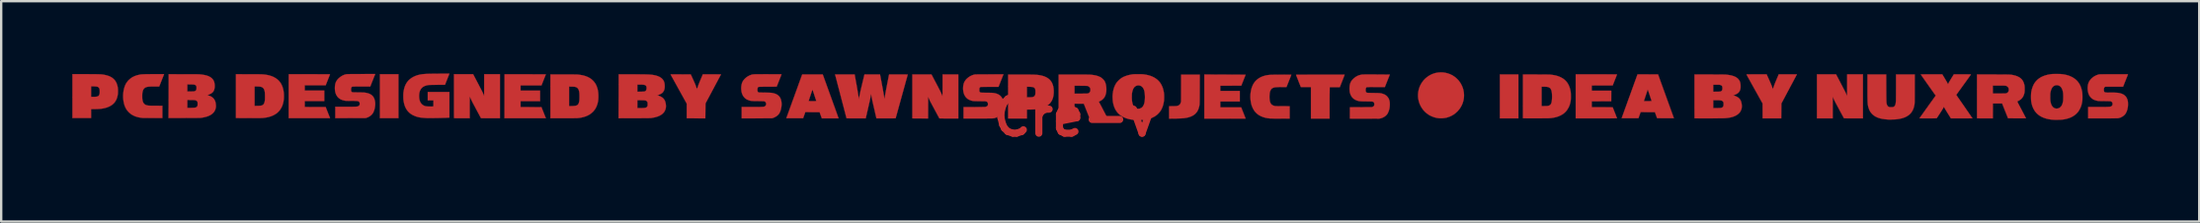
<source format=kicad_pcb>
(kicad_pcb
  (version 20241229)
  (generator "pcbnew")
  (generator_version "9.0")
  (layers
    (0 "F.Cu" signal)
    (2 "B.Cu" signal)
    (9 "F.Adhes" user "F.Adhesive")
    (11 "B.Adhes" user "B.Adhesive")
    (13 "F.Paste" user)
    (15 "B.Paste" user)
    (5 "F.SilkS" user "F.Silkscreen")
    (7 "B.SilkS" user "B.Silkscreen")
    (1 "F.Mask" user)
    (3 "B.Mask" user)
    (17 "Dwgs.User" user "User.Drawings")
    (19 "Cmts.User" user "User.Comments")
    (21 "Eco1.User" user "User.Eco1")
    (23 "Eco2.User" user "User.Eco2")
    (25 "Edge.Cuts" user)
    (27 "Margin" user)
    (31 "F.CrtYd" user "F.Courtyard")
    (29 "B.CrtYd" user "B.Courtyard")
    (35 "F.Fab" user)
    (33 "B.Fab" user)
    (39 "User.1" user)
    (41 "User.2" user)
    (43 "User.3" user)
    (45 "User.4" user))
  (footprint "Cre-v"
    (layer "F.Cu")
    (at 42.287 1.886)
    (property "Reference" "Cre-v" (at 0 0 0) (layer "F.Cu") (effects (font (size 1.524 1.524) (thickness 0.3))))
    (attr through_hole)
    (fp_poly (pts (xy -28.533 0.052) (xy -29.313 0.052) (xy -29.313 -1.802) (xy -28.533 -1.802) (xy -28.533 0.052)) (stroke (width 0.01) (type solid)) (fill yes) (layer "F.Cu"))
    (fp_poly (pts (xy 18.702 0.061) (xy 17.921 0.061) (xy 17.921 -1.792) (xy 18.702 -1.792) (xy 18.702 0.061)) (stroke (width 0.01) (type solid)) (fill yes) (layer "F.Cu"))
    (fp_poly (pts (xy -23.605 -1.801) (xy -23.539 -1.801) (xy -23.468 -1.801) (xy -23.393 -1.801) (xy -23.314 -1.8) (xy -23.234 -1.8) (xy -23.152 -1.8) (xy -23.069 -1.8) (xy -22.987 -1.799) (xy -22.933 -1.799) (xy -22.316 -1.796) (xy -22.408 -1.563) (xy -22.5 -1.331) (xy -22.941 -1.331) (xy -23.382 -1.331) (xy -23.382 -1.11) (xy -22.559 -1.11) (xy -22.559 -0.663) (xy -23.382 -0.663) (xy -23.382 -0.414) (xy -22.941 -0.413) (xy -22.5 -0.412) (xy -22.474 -0.343) (xy -22.466 -0.323) (xy -22.455 -0.295) (xy -22.441 -0.261) (xy -22.426 -0.224) (xy -22.411 -0.184) (xy -22.394 -0.143) (xy -22.381 -0.109) (xy -22.315 0.056) (xy -24.059 0.056) (xy -24.058 -0.871) (xy -24.057 -1.799) (xy -23.803 -1.801) (xy -23.765 -1.801) (xy -23.719 -1.801) (xy -23.666 -1.801) (xy -23.605 -1.801)) (stroke (width 0.01) (type solid)) (fill yes) (layer "F.Cu"))
    (fp_poly (pts (xy -32.999 -1.804) (xy -32.947 -1.804) (xy -32.889 -1.804) (xy -32.826 -1.804) (xy -32.757 -1.804) (xy -32.683 -1.804) (xy -32.605 -1.804) (xy -32.524 -1.803) (xy -32.439 -1.803) (xy -32.351 -1.803) (xy -32.284 -1.803) (xy -31.418 -1.799) (xy -31.602 -1.336) (xy -32.484 -1.336) (xy -32.484 -1.115) (xy -31.661 -1.115) (xy -31.661 -0.668) (xy -32.484 -0.668) (xy -32.484 -0.419) (xy -32.043 -0.417) (xy -31.602 -0.416) (xy -31.51 -0.182) (xy -31.417 0.052) (xy -33.161 0.052) (xy -33.161 -0.875) (xy -33.161 -0.989) (xy -33.161 -1.093) (xy -33.161 -1.189) (xy -33.161 -1.277) (xy -33.161 -1.356) (xy -33.161 -1.428) (xy -33.16 -1.492) (xy -33.16 -1.549) (xy -33.16 -1.6) (xy -33.16 -1.644) (xy -33.159 -1.681) (xy -33.159 -1.713) (xy -33.159 -1.74) (xy -33.158 -1.762) (xy -33.158 -1.778) (xy -33.157 -1.79) (xy -33.156 -1.799) (xy -33.156 -1.803) (xy -33.155 -1.804) (xy -33.15 -1.804) (xy -33.136 -1.804) (xy -33.113 -1.804) (xy -33.083 -1.804) (xy -33.044 -1.804) (xy -32.999 -1.804)) (stroke (width 0.01) (type solid)) (fill yes) (layer "F.Cu"))
    (fp_poly (pts (xy 5.262 -1.175) (xy 5.262 -1.083) (xy 5.262 -1.001) (xy 5.261 -0.926) (xy 5.261 -0.86) (xy 5.261 -0.801) (xy 5.26 -0.748) (xy 5.26 -0.702) (xy 5.259 -0.662) (xy 5.258 -0.626) (xy 5.258 -0.595) (xy 5.256 -0.568) (xy 5.255 -0.545) (xy 5.254 -0.525) (xy 5.252 -0.507) (xy 5.25 -0.491) (xy 5.247 -0.476) (xy 5.245 -0.462) (xy 5.241 -0.449) (xy 5.238 -0.435) (xy 5.234 -0.421) (xy 5.23 -0.406) (xy 5.208 -0.334) (xy 5.179 -0.269) (xy 5.143 -0.21) (xy 5.101 -0.158) (xy 5.053 -0.111) (xy 4.997 -0.071) (xy 4.934 -0.036) (xy 4.864 -0.006) (xy 4.786 0.018) (xy 4.764 0.024) (xy 4.728 0.032) (xy 4.692 0.039) (xy 4.657 0.045) (xy 4.619 0.051) (xy 4.579 0.055) (xy 4.536 0.059) (xy 4.489 0.062) (xy 4.436 0.064) (xy 4.377 0.066) (xy 4.311 0.068) (xy 4.236 0.069) (xy 4.216 0.069) (xy 3.97 0.072) (xy 3.97 -0.451) (xy 4.122 -0.453) (xy 4.168 -0.454) (xy 4.206 -0.455) (xy 4.237 -0.456) (xy 4.261 -0.457) (xy 4.281 -0.459) (xy 4.295 -0.461) (xy 4.305 -0.463) (xy 4.349 -0.476) (xy 4.385 -0.494) (xy 4.414 -0.517) (xy 4.437 -0.547) (xy 4.455 -0.585) (xy 4.465 -0.615) (xy 4.475 -0.651) (xy 4.477 -1.217) (xy 4.478 -1.783) (xy 5.264 -1.783) (xy 5.262 -1.175)) (stroke (width 0.01) (type solid)) (fill yes) (layer "F.Cu"))
    (fp_poly (pts (xy 6.325 -1.786) (xy 6.415 -1.785) (xy 6.502 -1.785) (xy 6.586 -1.785) (xy 6.667 -1.784) (xy 6.744 -1.784) (xy 6.816 -1.783) (xy 6.883 -1.783) (xy 6.946 -1.783) (xy 7.002 -1.782) (xy 7.052 -1.782) (xy 7.095 -1.782) (xy 7.132 -1.782) (xy 7.16 -1.781) (xy 7.181 -1.781) (xy 7.192 -1.781) (xy 7.195 -1.781) (xy 7.194 -1.776) (xy 7.19 -1.764) (xy 7.182 -1.744) (xy 7.172 -1.718) (xy 7.16 -1.687) (xy 7.146 -1.651) (xy 7.13 -1.611) (xy 7.113 -1.568) (xy 7.106 -1.549) (xy 7.014 -1.319) (xy 6.129 -1.317) (xy 6.129 -1.096) (xy 6.952 -1.096) (xy 6.952 -0.649) (xy 6.129 -0.649) (xy 6.129 -0.4) (xy 7.013 -0.4) (xy 7.027 -0.363) (xy 7.031 -0.351) (xy 7.039 -0.332) (xy 7.049 -0.305) (xy 7.062 -0.274) (xy 7.076 -0.238) (xy 7.092 -0.198) (xy 7.108 -0.157) (xy 7.119 -0.13) (xy 7.135 -0.09) (xy 7.15 -0.052) (xy 7.163 -0.018) (xy 7.175 0.012) (xy 7.184 0.036) (xy 7.191 0.055) (xy 7.196 0.065) (xy 7.197 0.068) (xy 7.192 0.069) (xy 7.178 0.069) (xy 7.156 0.069) (xy 7.126 0.069) (xy 7.089 0.069) (xy 7.044 0.07) (xy 6.993 0.07) (xy 6.935 0.07) (xy 6.872 0.07) (xy 6.803 0.07) (xy 6.73 0.07) (xy 6.653 0.07) (xy 6.571 0.07) (xy 6.486 0.071) (xy 6.399 0.071) (xy 6.326 0.071) (xy 5.456 0.071) (xy 5.456 -1.789) (xy 6.325 -1.786)) (stroke (width 0.01) (type solid)) (fill yes) (layer "F.Cu"))
    (fp_poly (pts (xy 11.371 -1.772) (xy 11.368 -1.765) (xy 11.363 -1.751) (xy 11.355 -1.73) (xy 11.345 -1.703) (xy 11.332 -1.672) (xy 11.319 -1.637) (xy 11.304 -1.6) (xy 11.303 -1.597) (xy 11.287 -1.555) (xy 11.27 -1.512) (xy 11.253 -1.469) (xy 11.237 -1.428) (xy 11.223 -1.392) (xy 11.211 -1.361) (xy 11.204 -1.344) (xy 11.17 -1.256) (xy 10.745 -1.256) (xy 10.742 -1.072) (xy 10.741 -1.04) (xy 10.741 -1) (xy 10.74 -0.952) (xy 10.74 -0.899) (xy 10.74 -0.839) (xy 10.739 -0.775) (xy 10.739 -0.708) (xy 10.739 -0.638) (xy 10.739 -0.567) (xy 10.739 -0.495) (xy 10.739 -0.423) (xy 10.739 -0.408) (xy 10.739 0.071) (xy 9.953 0.071) (xy 9.953 -1.261) (xy 9.74 -1.261) (xy 9.527 -1.261) (xy 9.427 -1.513) (xy 9.409 -1.56) (xy 9.392 -1.604) (xy 9.376 -1.645) (xy 9.361 -1.681) (xy 9.349 -1.713) (xy 9.339 -1.739) (xy 9.331 -1.758) (xy 9.326 -1.771) (xy 9.325 -1.774) (xy 9.325 -1.775) (xy 9.326 -1.776) (xy 9.328 -1.777) (xy 9.332 -1.778) (xy 9.337 -1.778) (xy 9.346 -1.779) (xy 9.356 -1.78) (xy 9.37 -1.78) (xy 9.388 -1.78) (xy 9.409 -1.781) (xy 9.435 -1.781) (xy 9.465 -1.781) (xy 9.5 -1.782) (xy 9.54 -1.782) (xy 9.586 -1.782) (xy 9.638 -1.782) (xy 9.696 -1.782) (xy 9.761 -1.782) (xy 9.834 -1.783) (xy 9.913 -1.783) (xy 10.001 -1.783) (xy 10.097 -1.783) (xy 10.201 -1.783) (xy 10.314 -1.783) (xy 10.348 -1.783) (xy 11.374 -1.783) (xy 11.371 -1.772)) (stroke (width 0.01) (type solid)) (fill yes) (layer "F.Cu"))
    (fp_poly (pts (xy 15.532 -1.877) (xy 15.625 -1.863) (xy 15.717 -1.84) (xy 15.806 -1.809) (xy 15.892 -1.769) (xy 15.974 -1.721) (xy 16.025 -1.685) (xy 16.05 -1.665) (xy 16.079 -1.639) (xy 16.109 -1.611) (xy 16.139 -1.581) (xy 16.167 -1.553) (xy 16.189 -1.527) (xy 16.191 -1.524) (xy 16.247 -1.449) (xy 16.294 -1.368) (xy 16.334 -1.284) (xy 16.366 -1.197) (xy 16.389 -1.107) (xy 16.403 -1.016) (xy 16.409 -0.924) (xy 16.407 -0.845) (xy 16.395 -0.748) (xy 16.374 -0.655) (xy 16.345 -0.565) (xy 16.307 -0.479) (xy 16.261 -0.397) (xy 16.207 -0.32) (xy 16.145 -0.247) (xy 16.124 -0.226) (xy 16.053 -0.161) (xy 15.978 -0.104) (xy 15.897 -0.056) (xy 15.811 -0.015) (xy 15.721 0.017) (xy 15.666 0.033) (xy 15.61 0.044) (xy 15.549 0.052) (xy 15.486 0.058) (xy 15.424 0.059) (xy 15.365 0.057) (xy 15.351 0.056) (xy 15.266 0.044) (xy 15.182 0.024) (xy 15.098 -0.003) (xy 15.018 -0.037) (xy 14.942 -0.076) (xy 14.908 -0.098) (xy 14.832 -0.153) (xy 14.762 -0.215) (xy 14.699 -0.282) (xy 14.643 -0.355) (xy 14.595 -0.432) (xy 14.554 -0.512) (xy 14.521 -0.596) (xy 14.496 -0.683) (xy 14.478 -0.772) (xy 14.469 -0.862) (xy 14.469 -0.953) (xy 14.478 -1.045) (xy 14.495 -1.136) (xy 14.521 -1.227) (xy 14.556 -1.315) (xy 14.599 -1.397) (xy 14.649 -1.475) (xy 14.705 -1.547) (xy 14.768 -1.613) (xy 14.837 -1.672) (xy 14.91 -1.725) (xy 14.989 -1.771) (xy 15.071 -1.809) (xy 15.157 -1.84) (xy 15.247 -1.863) (xy 15.339 -1.876) (xy 15.433 -1.881) (xy 15.437 -1.881) (xy 15.532 -1.877)) (stroke (width 0.01) (type solid)) (fill yes) (layer "F.Cu"))
    (fp_poly (pts (xy 22.1 -1.797) (xy 22.201 -1.797) (xy 22.293 -1.797) (xy 22.377 -1.797) (xy 22.452 -1.796) (xy 22.52 -1.796) (xy 22.581 -1.796) (xy 22.635 -1.796) (xy 22.682 -1.796) (xy 22.722 -1.795) (xy 22.757 -1.795) (xy 22.786 -1.795) (xy 22.81 -1.794) (xy 22.828 -1.794) (xy 22.842 -1.793) (xy 22.852 -1.792) (xy 22.858 -1.792) (xy 22.86 -1.791) (xy 22.86 -1.791) (xy 22.858 -1.786) (xy 22.853 -1.772) (xy 22.846 -1.752) (xy 22.835 -1.725) (xy 22.823 -1.693) (xy 22.809 -1.657) (xy 22.793 -1.617) (xy 22.776 -1.574) (xy 22.769 -1.557) (xy 22.679 -1.329) (xy 22.238 -1.328) (xy 21.798 -1.326) (xy 21.796 -1.271) (xy 21.795 -1.241) (xy 21.795 -1.208) (xy 21.795 -1.175) (xy 21.796 -1.161) (xy 21.798 -1.105) (xy 22.62 -1.105) (xy 22.618 -0.661) (xy 22.208 -0.66) (xy 21.798 -0.658) (xy 21.796 -0.596) (xy 21.795 -0.565) (xy 21.795 -0.529) (xy 21.795 -0.494) (xy 21.796 -0.472) (xy 21.798 -0.409) (xy 22.679 -0.407) (xy 22.769 -0.179) (xy 22.787 -0.135) (xy 22.803 -0.093) (xy 22.818 -0.055) (xy 22.831 -0.022) (xy 22.842 0.007) (xy 22.851 0.03) (xy 22.857 0.046) (xy 22.86 0.054) (xy 22.86 0.055) (xy 22.858 0.056) (xy 22.853 0.057) (xy 22.844 0.057) (xy 22.83 0.058) (xy 22.812 0.058) (xy 22.79 0.059) (xy 22.761 0.059) (xy 22.728 0.06) (xy 22.688 0.06) (xy 22.642 0.06) (xy 22.589 0.06) (xy 22.529 0.061) (xy 22.462 0.061) (xy 22.388 0.061) (xy 22.305 0.061) (xy 22.214 0.061) (xy 22.115 0.061) (xy 22.006 0.061) (xy 21.12 0.061) (xy 21.12 -1.797) (xy 21.99 -1.797) (xy 22.1 -1.797)) (stroke (width 0.01) (type solid)) (fill yes) (layer "F.Cu"))
    (fp_poly (pts (xy -25.193 -1.441) (xy -25.157 -1.373) (xy -25.125 -1.311) (xy -25.097 -1.257) (xy -25.072 -1.21) (xy -25.05 -1.168) (xy -25.032 -1.132) (xy -25.015 -1.1) (xy -25.001 -1.072) (xy -24.989 -1.047) (xy -24.979 -1.026) (xy -24.97 -1.006) (xy -24.962 -0.988) (xy -24.954 -0.971) (xy -24.947 -0.954) (xy -24.94 -0.937) (xy -24.939 -0.934) (xy -24.918 -0.882) (xy -24.915 -1.802) (xy -24.252 -1.802) (xy -24.252 0.056) (xy -24.651 0.055) (xy -25.05 0.054) (xy -25.246 -0.31) (xy -25.285 -0.384) (xy -25.32 -0.45) (xy -25.351 -0.509) (xy -25.379 -0.561) (xy -25.403 -0.607) (xy -25.424 -0.648) (xy -25.443 -0.685) (xy -25.459 -0.717) (xy -25.472 -0.745) (xy -25.484 -0.771) (xy -25.494 -0.794) (xy -25.503 -0.815) (xy -25.508 -0.828) (xy -25.514 -0.843) (xy -25.52 -0.854) (xy -25.523 -0.858) (xy -25.523 -0.854) (xy -25.524 -0.841) (xy -25.525 -0.82) (xy -25.525 -0.79) (xy -25.526 -0.752) (xy -25.526 -0.706) (xy -25.526 -0.653) (xy -25.527 -0.593) (xy -25.527 -0.526) (xy -25.527 -0.453) (xy -25.527 -0.403) (xy -25.527 0.056) (xy -25.85 0.056) (xy -25.905 0.056) (xy -25.957 0.056) (xy -26.005 0.055) (xy -26.049 0.055) (xy -26.088 0.055) (xy -26.122 0.054) (xy -26.149 0.054) (xy -26.168 0.054) (xy -26.179 0.053) (xy -26.182 0.053) (xy -26.183 0.053) (xy -26.184 0.051) (xy -26.185 0.048) (xy -26.185 0.044) (xy -26.186 0.037) (xy -26.187 0.028) (xy -26.187 0.016) (xy -26.188 0.001) (xy -26.188 -0.017) (xy -26.189 -0.04) (xy -26.189 -0.067) (xy -26.189 -0.099) (xy -26.189 -0.136) (xy -26.19 -0.178) (xy -26.19 -0.227) (xy -26.19 -0.282) (xy -26.19 -0.343) (xy -26.19 -0.412) (xy -26.19 -0.488) (xy -26.19 -0.572) (xy -26.19 -0.664) (xy -26.19 -0.764) (xy -26.19 -0.874) (xy -26.19 -1.802) (xy -25.382 -1.802) (xy -25.193 -1.441)) (stroke (width 0.01) (type solid)) (fill yes) (layer "F.Cu"))
    (fp_poly (pts (xy 32.104 -1.786) (xy 32.108 -1.779) (xy 32.116 -1.765) (xy 32.128 -1.743) (xy 32.142 -1.716) (xy 32.16 -1.683) (xy 32.179 -1.646) (xy 32.201 -1.605) (xy 32.224 -1.561) (xy 32.249 -1.514) (xy 32.274 -1.466) (xy 32.299 -1.417) (xy 32.325 -1.368) (xy 32.35 -1.32) (xy 32.374 -1.274) (xy 32.397 -1.229) (xy 32.419 -1.188) (xy 32.439 -1.15) (xy 32.456 -1.117) (xy 32.47 -1.089) (xy 32.481 -1.067) (xy 32.489 -1.052) (xy 32.491 -1.048) (xy 32.504 -1.02) (xy 32.518 -0.989) (xy 32.531 -0.96) (xy 32.541 -0.936) (xy 32.55 -0.914) (xy 32.557 -0.898) (xy 32.562 -0.891) (xy 32.565 -0.89) (xy 32.565 -0.896) (xy 32.566 -0.91) (xy 32.566 -0.932) (xy 32.567 -0.962) (xy 32.567 -0.998) (xy 32.567 -1.041) (xy 32.568 -1.089) (xy 32.568 -1.142) (xy 32.568 -1.199) (xy 32.568 -1.26) (xy 32.568 -1.323) (xy 32.568 -1.346) (xy 32.568 -1.797) (xy 33.232 -1.797) (xy 33.232 0.061) (xy 32.835 0.061) (xy 32.762 0.061) (xy 32.697 0.061) (xy 32.642 0.061) (xy 32.594 0.061) (xy 32.553 0.06) (xy 32.519 0.06) (xy 32.492 0.059) (xy 32.471 0.059) (xy 32.454 0.058) (xy 32.443 0.057) (xy 32.436 0.056) (xy 32.433 0.055) (xy 32.433 0.055) (xy 32.43 0.05) (xy 32.423 0.037) (xy 32.412 0.017) (xy 32.398 -0.008) (xy 32.381 -0.04) (xy 32.361 -0.075) (xy 32.34 -0.115) (xy 32.317 -0.158) (xy 32.292 -0.203) (xy 32.267 -0.25) (xy 32.241 -0.298) (xy 32.215 -0.346) (xy 32.19 -0.394) (xy 32.165 -0.441) (xy 32.141 -0.485) (xy 32.119 -0.527) (xy 32.098 -0.565) (xy 32.08 -0.6) (xy 32.065 -0.629) (xy 32.052 -0.653) (xy 32.043 -0.67) (xy 32.039 -0.677) (xy 32.026 -0.706) (xy 32.01 -0.739) (xy 31.995 -0.773) (xy 31.985 -0.797) (xy 31.959 -0.858) (xy 31.958 -0.398) (xy 31.957 0.061) (xy 31.294 0.061) (xy 31.294 -1.797) (xy 32.098 -1.797) (xy 32.104 -1.786)) (stroke (width 0.01) (type solid)) (fill yes) (layer "F.Cu"))
    (fp_poly (pts (xy -5.873 -1.453) (xy -5.836 -1.384) (xy -5.804 -1.322) (xy -5.775 -1.268) (xy -5.751 -1.22) (xy -5.729 -1.178) (xy -5.71 -1.142) (xy -5.694 -1.11) (xy -5.68 -1.083) (xy -5.668 -1.059) (xy -5.657 -1.037) (xy -5.648 -1.019) (xy -5.641 -1.002) (xy -5.634 -0.986) (xy -5.627 -0.97) (xy -5.621 -0.955) (xy -5.616 -0.943) (xy -5.607 -0.921) (xy -5.598 -0.901) (xy -5.592 -0.887) (xy -5.588 -0.878) (xy -5.587 -0.877) (xy -5.587 -0.881) (xy -5.586 -0.894) (xy -5.586 -0.915) (xy -5.585 -0.943) (xy -5.585 -0.979) (xy -5.584 -1.02) (xy -5.584 -1.068) (xy -5.584 -1.12) (xy -5.584 -1.176) (xy -5.583 -1.237) (xy -5.583 -1.3) (xy -5.583 -1.333) (xy -5.583 -1.792) (xy -4.92 -1.792) (xy -4.92 0.066) (xy -5.317 0.066) (xy -5.39 0.066) (xy -5.455 0.066) (xy -5.511 0.066) (xy -5.559 0.065) (xy -5.6 0.065) (xy -5.633 0.065) (xy -5.661 0.064) (xy -5.682 0.064) (xy -5.698 0.063) (xy -5.709 0.062) (xy -5.716 0.061) (xy -5.719 0.06) (xy -5.722 0.055) (xy -5.729 0.042) (xy -5.74 0.023) (xy -5.753 -0.003) (xy -5.77 -0.034) (xy -5.79 -0.069) (xy -5.811 -0.109) (xy -5.834 -0.152) (xy -5.858 -0.197) (xy -5.883 -0.243) (xy -5.909 -0.291) (xy -5.935 -0.339) (xy -5.96 -0.387) (xy -5.985 -0.433) (xy -6.009 -0.477) (xy -6.031 -0.518) (xy -6.051 -0.557) (xy -6.069 -0.59) (xy -6.085 -0.619) (xy -6.097 -0.643) (xy -6.106 -0.66) (xy -6.11 -0.668) (xy -6.12 -0.689) (xy -6.132 -0.715) (xy -6.146 -0.745) (xy -6.158 -0.774) (xy -6.162 -0.783) (xy -6.192 -0.853) (xy -6.195 0.066) (xy -6.495 0.065) (xy -6.548 0.065) (xy -6.599 0.065) (xy -6.647 0.064) (xy -6.692 0.064) (xy -6.732 0.064) (xy -6.766 0.063) (xy -6.793 0.063) (xy -6.813 0.063) (xy -6.825 0.062) (xy -6.826 0.062) (xy -6.858 0.061) (xy -6.858 -1.792) (xy -6.051 -1.792) (xy -5.873 -1.453)) (stroke (width 0.01) (type solid)) (fill yes) (layer "F.Cu"))
    (fp_poly (pts (xy -2.325 -1.787) (xy -2.226 -1.787) (xy -2.137 -1.787) (xy -2.056 -1.787) (xy -1.982 -1.786) (xy -1.916 -1.786) (xy -1.856 -1.785) (xy -1.803 -1.784) (xy -1.754 -1.783) (xy -1.711 -1.782) (xy -1.672 -1.78) (xy -1.637 -1.778) (xy -1.605 -1.776) (xy -1.576 -1.773) (xy -1.549 -1.77) (xy -1.524 -1.767) (xy -1.5 -1.763) (xy -1.476 -1.759) (xy -1.453 -1.754) (xy -1.366 -1.734) (xy -1.286 -1.708) (xy -1.215 -1.676) (xy -1.151 -1.64) (xy -1.094 -1.597) (xy -1.045 -1.549) (xy -1.003 -1.495) (xy -0.968 -1.435) (xy -0.94 -1.368) (xy -0.918 -1.296) (xy -0.904 -1.217) (xy -0.896 -1.131) (xy -0.895 -1.112) (xy -0.895 -1.019) (xy -0.903 -0.931) (xy -0.917 -0.849) (xy -0.939 -0.773) (xy -0.968 -0.703) (xy -1.005 -0.639) (xy -1.049 -0.581) (xy -1.1 -0.528) (xy -1.159 -0.482) (xy -1.225 -0.44) (xy -1.298 -0.405) (xy -1.38 -0.375) (xy -1.468 -0.351) (xy -1.526 -0.339) (xy -1.564 -0.332) (xy -1.602 -0.327) (xy -1.642 -0.322) (xy -1.684 -0.319) (xy -1.73 -0.316) (xy -1.782 -0.314) (xy -1.842 -0.312) (xy -1.866 -0.312) (xy -2.027 -0.309) (xy -2.027 0.066) (xy -2.818 0.066) (xy -2.818 -0.828) (xy -2.027 -0.828) (xy -1.949 -0.828) (xy -1.918 -0.828) (xy -1.886 -0.829) (xy -1.856 -0.83) (xy -1.831 -0.832) (xy -1.823 -0.833) (xy -1.797 -0.836) (xy -1.778 -0.84) (xy -1.761 -0.845) (xy -1.745 -0.853) (xy -1.722 -0.866) (xy -1.704 -0.882) (xy -1.69 -0.902) (xy -1.679 -0.926) (xy -1.672 -0.956) (xy -1.668 -0.993) (xy -1.666 -1.031) (xy -1.666 -1.081) (xy -1.668 -1.124) (xy -1.674 -1.159) (xy -1.684 -1.187) (xy -1.697 -1.211) (xy -1.714 -1.229) (xy -1.736 -1.244) (xy -1.747 -1.249) (xy -1.762 -1.255) (xy -1.779 -1.26) (xy -1.799 -1.264) (xy -1.823 -1.267) (xy -1.854 -1.269) (xy -1.891 -1.271) (xy -1.93 -1.272) (xy -2.027 -1.275) (xy -2.027 -0.828) (xy -2.818 -0.828) (xy -2.818 -1.787) (xy -2.325 -1.787)) (stroke (width 0.01) (type solid)) (fill yes) (layer "F.Cu"))
    (fp_poly (pts (xy 29.188 -1.76) (xy 29.193 -1.748) (xy 29.202 -1.728) (xy 29.214 -1.702) (xy 29.229 -1.671) (xy 29.244 -1.636) (xy 29.261 -1.599) (xy 29.279 -1.56) (xy 29.28 -1.559) (xy 29.31 -1.49) (xy 29.337 -1.429) (xy 29.361 -1.373) (xy 29.38 -1.323) (xy 29.398 -1.278) (xy 29.412 -1.235) (xy 29.419 -1.212) (xy 29.425 -1.194) (xy 29.43 -1.181) (xy 29.434 -1.174) (xy 29.435 -1.173) (xy 29.437 -1.178) (xy 29.441 -1.191) (xy 29.448 -1.21) (xy 29.456 -1.234) (xy 29.466 -1.262) (xy 29.471 -1.278) (xy 29.484 -1.316) (xy 29.502 -1.363) (xy 29.522 -1.416) (xy 29.546 -1.475) (xy 29.573 -1.539) (xy 29.594 -1.589) (xy 29.682 -1.797) (xy 30.065 -1.797) (xy 30.124 -1.797) (xy 30.18 -1.797) (xy 30.233 -1.797) (xy 30.281 -1.797) (xy 30.325 -1.796) (xy 30.363 -1.796) (xy 30.395 -1.796) (xy 30.42 -1.796) (xy 30.437 -1.796) (xy 30.446 -1.796) (xy 30.447 -1.795) (xy 30.446 -1.793) (xy 30.443 -1.788) (xy 30.438 -1.778) (xy 30.431 -1.764) (xy 30.421 -1.746) (xy 30.409 -1.723) (xy 30.394 -1.695) (xy 30.377 -1.662) (xy 30.356 -1.623) (xy 30.332 -1.578) (xy 30.305 -1.527) (xy 30.275 -1.47) (xy 30.241 -1.406) (xy 30.203 -1.335) (xy 30.161 -1.257) (xy 30.116 -1.171) (xy 30.066 -1.078) (xy 30.014 -0.98) (xy 29.793 -0.566) (xy 29.79 -0.252) (xy 29.787 0.061) (xy 29.003 0.061) (xy 29.001 -0.567) (xy 28.663 -1.175) (xy 28.624 -1.245) (xy 28.586 -1.313) (xy 28.55 -1.378) (xy 28.516 -1.44) (xy 28.483 -1.499) (xy 28.453 -1.554) (xy 28.425 -1.604) (xy 28.4 -1.649) (xy 28.378 -1.688) (xy 28.36 -1.722) (xy 28.344 -1.75) (xy 28.333 -1.77) (xy 28.326 -1.784) (xy 28.323 -1.79) (xy 28.323 -1.79) (xy 28.323 -1.791) (xy 28.326 -1.792) (xy 28.331 -1.793) (xy 28.339 -1.794) (xy 28.351 -1.795) (xy 28.367 -1.795) (xy 28.388 -1.796) (xy 28.415 -1.796) (xy 28.447 -1.796) (xy 28.486 -1.796) (xy 28.532 -1.797) (xy 28.585 -1.797) (xy 28.647 -1.797) (xy 28.717 -1.797) (xy 28.746 -1.797) (xy 29.171 -1.797) (xy 29.188 -1.76)) (stroke (width 0.01) (type solid)) (fill yes) (layer "F.Cu"))
    (fp_poly (pts (xy -10.306 -0.876) (xy -10.274 -0.787) (xy -10.242 -0.699) (xy -10.212 -0.615) (xy -10.183 -0.533) (xy -10.154 -0.456) (xy -10.128 -0.382) (xy -10.103 -0.312) (xy -10.08 -0.247) (xy -10.058 -0.188) (xy -10.039 -0.134) (xy -10.022 -0.086) (xy -10.007 -0.045) (xy -9.995 -0.01) (xy -9.985 0.017) (xy -9.978 0.036) (xy -9.974 0.048) (xy -9.973 0.051) (xy -9.971 0.061) (xy -10.675 0.061) (xy -10.723 -0.069) (xy -10.77 -0.2) (xy -11.071 -0.201) (xy -11.372 -0.202) (xy -11.419 -0.073) (xy -11.465 0.056) (xy -11.819 0.056) (xy -12.173 0.056) (xy -12.164 0.032) (xy -12.161 0.024) (xy -12.155 0.008) (xy -12.147 -0.016) (xy -12.136 -0.046) (xy -12.122 -0.083) (xy -12.107 -0.126) (xy -12.09 -0.173) (xy -12.071 -0.225) (xy -12.051 -0.28) (xy -12.03 -0.338) (xy -12.008 -0.399) (xy -12 -0.421) (xy -11.975 -0.491) (xy -11.947 -0.568) (xy -11.917 -0.652) (xy -11.91 -0.671) (xy -11.232 -0.671) (xy -11.228 -0.67) (xy -11.215 -0.669) (xy -11.195 -0.669) (xy -11.169 -0.668) (xy -11.137 -0.668) (xy -11.102 -0.668) (xy -11.07 -0.668) (xy -11.026 -0.668) (xy -10.99 -0.668) (xy -10.962 -0.668) (xy -10.941 -0.669) (xy -10.927 -0.67) (xy -10.917 -0.671) (xy -10.911 -0.672) (xy -10.909 -0.674) (xy -10.909 -0.675) (xy -10.911 -0.68) (xy -10.916 -0.694) (xy -10.923 -0.715) (xy -10.932 -0.742) (xy -10.943 -0.775) (xy -10.955 -0.813) (xy -10.969 -0.854) (xy -10.983 -0.899) (xy -10.99 -0.92) (xy -11.005 -0.965) (xy -11.019 -1.007) (xy -11.032 -1.045) (xy -11.044 -1.079) (xy -11.054 -1.108) (xy -11.062 -1.13) (xy -11.068 -1.146) (xy -11.072 -1.153) (xy -11.072 -1.154) (xy -11.074 -1.149) (xy -11.079 -1.136) (xy -11.086 -1.117) (xy -11.094 -1.091) (xy -11.105 -1.06) (xy -11.116 -1.026) (xy -11.129 -0.988) (xy -11.142 -0.949) (xy -11.155 -0.908) (xy -11.169 -0.868) (xy -11.182 -0.829) (xy -11.194 -0.792) (xy -11.205 -0.758) (xy -11.214 -0.728) (xy -11.222 -0.704) (xy -11.228 -0.685) (xy -11.232 -0.674) (xy -11.232 -0.671) (xy -11.91 -0.671) (xy -11.885 -0.739) (xy -11.853 -0.829) (xy -11.819 -0.92) (xy -11.787 -1.011) (xy -11.754 -1.1) (xy -11.723 -1.186) (xy -11.694 -1.266) (xy -11.675 -1.321) (xy -11.504 -1.792) (xy -10.637 -1.792) (xy -10.306 -0.876)) (stroke (width 0.01) (type solid)) (fill yes) (layer "F.Cu"))
    (fp_poly (pts (xy -0.065 -1.787) (xy 0.025 -1.787) (xy 0.11 -1.787) (xy 0.191 -1.787) (xy 0.266 -1.787) (xy 0.336 -1.786) (xy 0.4 -1.786) (xy 0.458 -1.786) (xy 0.509 -1.785) (xy 0.552 -1.785) (xy 0.587 -1.784) (xy 0.614 -1.783) (xy 0.632 -1.783) (xy 0.635 -1.783) (xy 0.733 -1.774) (xy 0.822 -1.761) (xy 0.903 -1.743) (xy 0.977 -1.72) (xy 1.044 -1.693) (xy 1.089 -1.669) (xy 1.118 -1.649) (xy 1.149 -1.624) (xy 1.179 -1.596) (xy 1.207 -1.567) (xy 1.231 -1.539) (xy 1.246 -1.517) (xy 1.272 -1.464) (xy 1.293 -1.407) (xy 1.309 -1.343) (xy 1.319 -1.272) (xy 1.322 -1.245) (xy 1.325 -1.173) (xy 1.323 -1.102) (xy 1.315 -1.033) (xy 1.301 -0.969) (xy 1.283 -0.91) (xy 1.272 -0.882) (xy 1.246 -0.833) (xy 1.211 -0.786) (xy 1.168 -0.743) (xy 1.12 -0.705) (xy 1.067 -0.673) (xy 1.042 -0.661) (xy 1.006 -0.644) (xy 1.027 -0.605) (xy 1.036 -0.589) (xy 1.048 -0.565) (xy 1.064 -0.535) (xy 1.083 -0.499) (xy 1.105 -0.459) (xy 1.128 -0.415) (xy 1.152 -0.368) (xy 1.178 -0.32) (xy 1.203 -0.27) (xy 1.229 -0.221) (xy 1.254 -0.173) (xy 1.279 -0.126) (xy 1.301 -0.083) (xy 1.322 -0.044) (xy 1.34 -0.009) (xy 1.355 0.02) (xy 1.366 0.043) (xy 1.371 0.051) (xy 1.378 0.066) (xy 0.622 0.066) (xy 0.497 -0.246) (xy 0.373 -0.557) (xy 0.177 -0.559) (xy -0.019 -0.56) (xy -0.019 0.066) (xy -0.687 0.066) (xy -0.687 -0.981) (xy -0.019 -0.981) (xy 0.253 -0.982) (xy 0.312 -0.982) (xy 0.362 -0.983) (xy 0.405 -0.983) (xy 0.44 -0.984) (xy 0.469 -0.984) (xy 0.492 -0.985) (xy 0.511 -0.986) (xy 0.525 -0.987) (xy 0.535 -0.988) (xy 0.543 -0.989) (xy 0.548 -0.991) (xy 0.582 -1.006) (xy 0.611 -1.029) (xy 0.633 -1.059) (xy 0.645 -1.082) (xy 0.649 -1.098) (xy 0.651 -1.122) (xy 0.651 -1.145) (xy 0.651 -1.17) (xy 0.649 -1.187) (xy 0.646 -1.202) (xy 0.641 -1.216) (xy 0.64 -1.217) (xy 0.624 -1.243) (xy 0.601 -1.267) (xy 0.573 -1.288) (xy 0.543 -1.304) (xy 0.529 -1.308) (xy 0.522 -1.309) (xy 0.506 -1.31) (xy 0.483 -1.311) (xy 0.453 -1.312) (xy 0.417 -1.313) (xy 0.376 -1.313) (xy 0.331 -1.314) (xy 0.283 -1.315) (xy 0.248 -1.315) (xy -0.019 -1.318) (xy -0.019 -0.981) (xy -0.687 -0.981) (xy -0.687 -1.787) (xy -0.065 -1.787)) (stroke (width 0.01) (type solid)) (fill yes) (layer "F.Cu"))
    (fp_poly (pts (xy -21.575 -1.792) (xy -21.487 -1.792) (xy -21.405 -1.792) (xy -21.329 -1.792) (xy -21.259 -1.791) (xy -21.195 -1.791) (xy -21.138 -1.791) (xy -21.089 -1.79) (xy -21.048 -1.789) (xy -21.014 -1.789) (xy -20.989 -1.788) (xy -20.974 -1.787) (xy -20.971 -1.787) (xy -20.863 -1.774) (xy -20.762 -1.756) (xy -20.669 -1.731) (xy -20.582 -1.7) (xy -20.502 -1.662) (xy -20.43 -1.619) (xy -20.427 -1.617) (xy -20.405 -1.601) (xy -20.379 -1.579) (xy -20.352 -1.555) (xy -20.329 -1.534) (xy -20.28 -1.48) (xy -20.238 -1.424) (xy -20.203 -1.364) (xy -20.173 -1.299) (xy -20.148 -1.227) (xy -20.132 -1.171) (xy -20.123 -1.13) (xy -20.115 -1.091) (xy -20.11 -1.053) (xy -20.106 -1.014) (xy -20.103 -0.971) (xy -20.101 -0.921) (xy -20.1 -0.905) (xy -20.1 -0.823) (xy -20.104 -0.747) (xy -20.112 -0.676) (xy -20.125 -0.609) (xy -20.142 -0.543) (xy -20.156 -0.499) (xy -20.186 -0.423) (xy -20.223 -0.354) (xy -20.266 -0.289) (xy -20.318 -0.228) (xy -20.336 -0.209) (xy -20.398 -0.154) (xy -20.466 -0.105) (xy -20.541 -0.063) (xy -20.624 -0.027) (xy -20.712 0.003) (xy -20.808 0.026) (xy -20.91 0.043) (xy -21 0.052) (xy -21.015 0.052) (xy -21.039 0.053) (xy -21.072 0.054) (xy -21.113 0.054) (xy -21.161 0.055) (xy -21.217 0.055) (xy -21.279 0.056) (xy -21.347 0.056) (xy -21.421 0.056) (xy -21.5 0.056) (xy -21.584 0.056) (xy -21.594 0.056) (xy -22.122 0.056) (xy -22.122 -0.456) (xy -21.336 -0.456) (xy -21.281 -0.456) (xy -21.254 -0.457) (xy -21.223 -0.458) (xy -21.189 -0.459) (xy -21.158 -0.461) (xy -21.155 -0.461) (xy -21.116 -0.464) (xy -21.085 -0.467) (xy -21.06 -0.471) (xy -21.04 -0.476) (xy -21.022 -0.482) (xy -21.01 -0.488) (xy -20.983 -0.504) (xy -20.961 -0.524) (xy -20.943 -0.55) (xy -20.928 -0.581) (xy -20.916 -0.62) (xy -20.907 -0.666) (xy -20.903 -0.696) (xy -20.901 -0.718) (xy -20.899 -0.747) (xy -20.898 -0.782) (xy -20.897 -0.821) (xy -20.897 -0.861) (xy -20.897 -0.902) (xy -20.898 -0.94) (xy -20.899 -0.974) (xy -20.901 -1.003) (xy -20.903 -1.021) (xy -20.912 -1.077) (xy -20.925 -1.125) (xy -20.941 -1.165) (xy -20.962 -1.198) (xy -20.988 -1.225) (xy -21.019 -1.246) (xy -21.055 -1.261) (xy -21.078 -1.268) (xy -21.092 -1.271) (xy -21.11 -1.273) (xy -21.134 -1.275) (xy -21.165 -1.277) (xy -21.203 -1.278) (xy -21.222 -1.278) (xy -21.336 -1.28) (xy -21.336 -0.456) (xy -22.122 -0.456) (xy -22.122 -1.792) (xy -21.575 -1.792)) (stroke (width 0.01) (type solid)) (fill yes) (layer "F.Cu"))
    (fp_poly (pts (xy -41.723 -1.805) (xy -41.63 -1.805) (xy -41.547 -1.804) (xy -41.471 -1.804) (xy -41.403 -1.803) (xy -41.343 -1.803) (xy -41.289 -1.802) (xy -41.24 -1.801) (xy -41.198 -1.8) (xy -41.16 -1.799) (xy -41.126 -1.798) (xy -41.096 -1.796) (xy -41.069 -1.795) (xy -41.045 -1.793) (xy -41.023 -1.79) (xy -41.002 -1.788) (xy -40.981 -1.785) (xy -40.962 -1.781) (xy -40.941 -1.778) (xy -40.92 -1.774) (xy -40.915 -1.773) (xy -40.829 -1.752) (xy -40.751 -1.727) (xy -40.68 -1.696) (xy -40.617 -1.659) (xy -40.561 -1.617) (xy -40.512 -1.569) (xy -40.47 -1.515) (xy -40.435 -1.455) (xy -40.407 -1.388) (xy -40.385 -1.315) (xy -40.369 -1.236) (xy -40.369 -1.233) (xy -40.365 -1.201) (xy -40.363 -1.162) (xy -40.362 -1.118) (xy -40.362 -1.073) (xy -40.363 -1.029) (xy -40.365 -0.989) (xy -40.368 -0.955) (xy -40.369 -0.948) (xy -40.385 -0.865) (xy -40.407 -0.789) (xy -40.436 -0.719) (xy -40.472 -0.656) (xy -40.515 -0.598) (xy -40.565 -0.547) (xy -40.622 -0.501) (xy -40.687 -0.46) (xy -40.76 -0.425) (xy -40.84 -0.395) (xy -40.861 -0.389) (xy -40.909 -0.375) (xy -40.957 -0.364) (xy -41.007 -0.354) (xy -41.058 -0.347) (xy -41.114 -0.341) (xy -41.176 -0.336) (xy -41.243 -0.333) (xy -41.319 -0.331) (xy -41.333 -0.331) (xy -41.496 -0.328) (xy -41.496 0.047) (xy -42.282 0.047) (xy -42.282 -1.068) (xy -41.496 -1.068) (xy -41.496 -0.847) (xy -41.415 -0.847) (xy -41.384 -0.847) (xy -41.352 -0.848) (xy -41.322 -0.849) (xy -41.297 -0.851) (xy -41.287 -0.851) (xy -41.246 -0.858) (xy -41.213 -0.868) (xy -41.187 -0.884) (xy -41.167 -0.905) (xy -41.151 -0.933) (xy -41.142 -0.957) (xy -41.138 -0.971) (xy -41.135 -0.985) (xy -41.133 -1) (xy -41.132 -1.019) (xy -41.132 -1.044) (xy -41.132 -1.068) (xy -41.132 -1.102) (xy -41.133 -1.132) (xy -41.135 -1.156) (xy -41.138 -1.172) (xy -41.148 -1.202) (xy -41.164 -1.229) (xy -41.185 -1.25) (xy -41.193 -1.256) (xy -41.206 -1.265) (xy -41.22 -1.271) (xy -41.236 -1.276) (xy -41.255 -1.28) (xy -41.279 -1.284) (xy -41.308 -1.286) (xy -41.345 -1.288) (xy -41.373 -1.289) (xy -41.405 -1.291) (xy -41.434 -1.291) (xy -41.458 -1.292) (xy -41.476 -1.292) (xy -41.487 -1.292) (xy -41.49 -1.291) (xy -41.491 -1.289) (xy -41.493 -1.283) (xy -41.494 -1.273) (xy -41.494 -1.258) (xy -41.495 -1.237) (xy -41.496 -1.21) (xy -41.496 -1.176) (xy -41.496 -1.134) (xy -41.496 -1.083) (xy -41.496 -1.068) (xy -42.282 -1.068) (xy -42.282 -1.807) (xy -41.723 -1.805)) (stroke (width 0.01) (type solid)) (fill yes) (layer "F.Cu"))
    (fp_poly (pts (xy -15.253 -1.797) (xy -15.197 -1.797) (xy -15.144 -1.797) (xy -15.095 -1.796) (xy -15.052 -1.796) (xy -15.013 -1.796) (xy -14.982 -1.796) (xy -14.957 -1.795) (xy -14.939 -1.795) (xy -14.931 -1.795) (xy -14.93 -1.794) (xy -14.932 -1.79) (xy -14.938 -1.778) (xy -14.946 -1.761) (xy -14.957 -1.741) (xy -14.962 -1.732) (xy -14.97 -1.717) (xy -14.982 -1.695) (xy -14.998 -1.666) (xy -15.016 -1.631) (xy -15.037 -1.593) (xy -15.059 -1.55) (xy -15.083 -1.505) (xy -15.108 -1.458) (xy -15.133 -1.411) (xy -15.162 -1.356) (xy -15.195 -1.295) (xy -15.229 -1.231) (xy -15.263 -1.166) (xy -15.298 -1.102) (xy -15.331 -1.039) (xy -15.362 -0.981) (xy -15.39 -0.929) (xy -15.396 -0.917) (xy -15.42 -0.872) (xy -15.444 -0.827) (xy -15.467 -0.784) (xy -15.489 -0.744) (xy -15.508 -0.708) (xy -15.525 -0.676) (xy -15.539 -0.65) (xy -15.549 -0.632) (xy -15.552 -0.625) (xy -15.583 -0.566) (xy -15.586 -0.253) (xy -15.59 0.061) (xy -15.919 0.06) (xy -15.976 0.06) (xy -16.032 0.06) (xy -16.085 0.059) (xy -16.135 0.059) (xy -16.181 0.059) (xy -16.222 0.059) (xy -16.257 0.058) (xy -16.285 0.058) (xy -16.304 0.058) (xy -16.311 0.058) (xy -16.374 0.056) (xy -16.374 -0.561) (xy -16.715 -1.177) (xy -16.754 -1.248) (xy -16.791 -1.316) (xy -16.828 -1.382) (xy -16.862 -1.444) (xy -16.895 -1.503) (xy -16.925 -1.558) (xy -16.953 -1.608) (xy -16.978 -1.653) (xy -17 -1.693) (xy -17.018 -1.727) (xy -17.034 -1.754) (xy -17.045 -1.775) (xy -17.052 -1.789) (xy -17.056 -1.795) (xy -17.056 -1.795) (xy -17.051 -1.795) (xy -17.038 -1.795) (xy -17.016 -1.796) (xy -16.987 -1.796) (xy -16.952 -1.796) (xy -16.91 -1.796) (xy -16.863 -1.796) (xy -16.811 -1.796) (xy -16.755 -1.796) (xy -16.696 -1.796) (xy -16.633 -1.796) (xy -16.63 -1.796) (xy -16.204 -1.794) (xy -16.139 -1.653) (xy -16.113 -1.596) (xy -16.09 -1.547) (xy -16.071 -1.504) (xy -16.054 -1.466) (xy -16.04 -1.434) (xy -16.028 -1.405) (xy -16.017 -1.38) (xy -16.008 -1.356) (xy -15.999 -1.333) (xy -15.99 -1.31) (xy -15.982 -1.286) (xy -15.976 -1.268) (xy -15.966 -1.24) (xy -15.957 -1.215) (xy -15.949 -1.196) (xy -15.943 -1.182) (xy -15.94 -1.176) (xy -15.939 -1.176) (xy -15.937 -1.182) (xy -15.932 -1.196) (xy -15.926 -1.216) (xy -15.917 -1.241) (xy -15.908 -1.269) (xy -15.904 -1.282) (xy -15.892 -1.317) (xy -15.876 -1.359) (xy -15.857 -1.409) (xy -15.835 -1.464) (xy -15.81 -1.523) (xy -15.784 -1.587) (xy -15.783 -1.589) (xy -15.695 -1.797) (xy -15.312 -1.797) (xy -15.253 -1.797)) (stroke (width 0.01) (type solid)) (fill yes) (layer "F.Cu"))
    (fp_poly (pts (xy -38.422 -1.794) (xy -38.424 -1.787) (xy -38.43 -1.773) (xy -38.438 -1.751) (xy -38.449 -1.723) (xy -38.462 -1.69) (xy -38.477 -1.652) (xy -38.493 -1.611) (xy -38.511 -1.566) (xy -38.524 -1.533) (xy -38.623 -1.284) (xy -38.803 -1.284) (xy -38.869 -1.284) (xy -38.926 -1.283) (xy -38.975 -1.282) (xy -39.017 -1.28) (xy -39.053 -1.278) (xy -39.084 -1.275) (xy -39.11 -1.271) (xy -39.133 -1.266) (xy -39.139 -1.265) (xy -39.183 -1.251) (xy -39.221 -1.231) (xy -39.252 -1.206) (xy -39.279 -1.175) (xy -39.3 -1.137) (xy -39.316 -1.092) (xy -39.329 -1.038) (xy -39.333 -1.011) (xy -39.335 -0.988) (xy -39.337 -0.957) (xy -39.338 -0.922) (xy -39.339 -0.884) (xy -39.338 -0.845) (xy -39.338 -0.808) (xy -39.336 -0.775) (xy -39.334 -0.748) (xy -39.333 -0.739) (xy -39.323 -0.687) (xy -39.311 -0.642) (xy -39.294 -0.604) (xy -39.273 -0.571) (xy -39.261 -0.557) (xy -39.238 -0.535) (xy -39.212 -0.517) (xy -39.182 -0.503) (xy -39.147 -0.492) (xy -39.104 -0.482) (xy -39.1 -0.481) (xy -39.089 -0.48) (xy -39.077 -0.478) (xy -39.062 -0.477) (xy -39.043 -0.476) (xy -39.02 -0.475) (xy -38.993 -0.474) (xy -38.959 -0.473) (xy -38.919 -0.473) (xy -38.872 -0.472) (xy -38.817 -0.472) (xy -38.774 -0.472) (xy -38.49 -0.47) (xy -38.49 0.047) (xy -38.894 0.046) (xy -38.955 0.046) (xy -39.014 0.046) (xy -39.07 0.046) (xy -39.122 0.045) (xy -39.169 0.045) (xy -39.212 0.045) (xy -39.248 0.045) (xy -39.278 0.044) (xy -39.3 0.044) (xy -39.314 0.044) (xy -39.318 0.044) (xy -39.348 0.041) (xy -39.383 0.036) (xy -39.421 0.03) (xy -39.46 0.024) (xy -39.495 0.017) (xy -39.524 0.01) (xy -39.528 0.009) (xy -39.615 -0.017) (xy -39.696 -0.051) (xy -39.77 -0.09) (xy -39.838 -0.137) (xy -39.899 -0.19) (xy -39.954 -0.25) (xy -40.002 -0.316) (xy -40.032 -0.367) (xy -40.064 -0.434) (xy -40.091 -0.507) (xy -40.112 -0.586) (xy -40.128 -0.669) (xy -40.139 -0.756) (xy -40.144 -0.844) (xy -40.143 -0.934) (xy -40.136 -1.022) (xy -40.124 -1.11) (xy -40.106 -1.193) (xy -40.082 -1.273) (xy -40.054 -1.345) (xy -40.02 -1.412) (xy -39.979 -1.473) (xy -39.933 -1.53) (xy -39.907 -1.557) (xy -39.846 -1.611) (xy -39.781 -1.658) (xy -39.709 -1.699) (xy -39.631 -1.733) (xy -39.547 -1.76) (xy -39.457 -1.781) (xy -39.408 -1.79) (xy -39.382 -1.793) (xy -39.347 -1.795) (xy -39.303 -1.798) (xy -39.25 -1.8) (xy -39.187 -1.802) (xy -39.116 -1.803) (xy -39.034 -1.804) (xy -38.944 -1.805) (xy -38.844 -1.806) (xy -38.738 -1.806) (xy -38.419 -1.806) (xy -38.422 -1.794)) (stroke (width 0.01) (type solid)) (fill yes) (layer "F.Cu"))
    (fp_poly (pts (xy -34.889 -1.801) (xy -34.796 -1.801) (xy -34.712 -1.801) (xy -34.636 -1.801) (xy -34.568 -1.801) (xy -34.507 -1.8) (xy -34.453 -1.8) (xy -34.404 -1.799) (xy -34.361 -1.798) (xy -34.323 -1.797) (xy -34.289 -1.796) (xy -34.259 -1.794) (xy -34.232 -1.793) (xy -34.208 -1.791) (xy -34.185 -1.788) (xy -34.164 -1.786) (xy -34.156 -1.785) (xy -34.073 -1.772) (xy -33.992 -1.754) (xy -33.915 -1.732) (xy -33.845 -1.706) (xy -33.79 -1.681) (xy -33.717 -1.64) (xy -33.651 -1.594) (xy -33.592 -1.543) (xy -33.54 -1.485) (xy -33.495 -1.422) (xy -33.457 -1.352) (xy -33.425 -1.276) (xy -33.399 -1.194) (xy -33.38 -1.104) (xy -33.368 -1.021) (xy -33.366 -0.994) (xy -33.364 -0.961) (xy -33.363 -0.923) (xy -33.363 -0.882) (xy -33.363 -0.841) (xy -33.364 -0.803) (xy -33.366 -0.768) (xy -33.368 -0.74) (xy -33.368 -0.738) (xy -33.382 -0.643) (xy -33.404 -0.553) (xy -33.432 -0.469) (xy -33.468 -0.392) (xy -33.51 -0.321) (xy -33.56 -0.256) (xy -33.617 -0.197) (xy -33.681 -0.144) (xy -33.751 -0.098) (xy -33.829 -0.058) (xy -33.914 -0.024) (xy -34.006 0.004) (xy -34.104 0.025) (xy -34.21 0.04) (xy -34.292 0.047) (xy -34.307 0.048) (xy -34.33 0.048) (xy -34.361 0.049) (xy -34.399 0.049) (xy -34.443 0.049) (xy -34.492 0.05) (xy -34.546 0.05) (xy -34.604 0.05) (xy -34.664 0.05) (xy -34.727 0.051) (xy -34.791 0.051) (xy -34.856 0.051) (xy -34.92 0.051) (xy -34.983 0.05) (xy -35.044 0.05) (xy -35.103 0.05) (xy -35.158 0.05) (xy -35.208 0.049) (xy -35.254 0.049) (xy -35.293 0.048) (xy -35.3 0.048) (xy -35.386 0.047) (xy -35.386 -0.464) (xy -34.6 -0.464) (xy -34.477 -0.467) (xy -34.429 -0.468) (xy -34.39 -0.47) (xy -34.359 -0.472) (xy -34.336 -0.474) (xy -34.322 -0.477) (xy -34.287 -0.487) (xy -34.258 -0.501) (xy -34.233 -0.521) (xy -34.213 -0.545) (xy -34.196 -0.577) (xy -34.183 -0.615) (xy -34.172 -0.661) (xy -34.167 -0.689) (xy -34.165 -0.709) (xy -34.163 -0.737) (xy -34.162 -0.771) (xy -34.161 -0.81) (xy -34.161 -0.85) (xy -34.161 -0.892) (xy -34.162 -0.933) (xy -34.163 -0.971) (xy -34.165 -1.006) (xy -34.167 -1.034) (xy -34.169 -1.053) (xy -34.18 -1.104) (xy -34.194 -1.148) (xy -34.211 -1.184) (xy -34.233 -1.214) (xy -34.26 -1.237) (xy -34.291 -1.256) (xy -34.293 -1.257) (xy -34.313 -1.265) (xy -34.335 -1.272) (xy -34.36 -1.277) (xy -34.389 -1.28) (xy -34.425 -1.283) (xy -34.467 -1.284) (xy -34.498 -1.285) (xy -34.6 -1.287) (xy -34.6 -0.464) (xy -35.386 -0.464) (xy -35.386 -1.802) (xy -34.889 -1.801)) (stroke (width 0.01) (type solid)) (fill yes) (layer "F.Cu"))
    (fp_poly (pts (xy 19.458 -1.791) (xy 19.545 -1.79) (xy 19.623 -1.79) (xy 19.693 -1.79) (xy 19.756 -1.789) (xy 19.81 -1.789) (xy 19.859 -1.789) (xy 19.901 -1.788) (xy 19.937 -1.788) (xy 19.968 -1.787) (xy 19.995 -1.786) (xy 20.017 -1.786) (xy 20.036 -1.785) (xy 20.052 -1.784) (xy 20.066 -1.783) (xy 20.077 -1.782) (xy 20.083 -1.781) (xy 20.168 -1.769) (xy 20.245 -1.755) (xy 20.316 -1.738) (xy 20.381 -1.717) (xy 20.444 -1.693) (xy 20.504 -1.664) (xy 20.577 -1.623) (xy 20.642 -1.575) (xy 20.7 -1.521) (xy 20.751 -1.461) (xy 20.795 -1.395) (xy 20.833 -1.322) (xy 20.863 -1.242) (xy 20.882 -1.179) (xy 20.891 -1.142) (xy 20.898 -1.109) (xy 20.904 -1.079) (xy 20.908 -1.048) (xy 20.911 -1.017) (xy 20.913 -0.982) (xy 20.914 -0.942) (xy 20.915 -0.895) (xy 20.915 -0.87) (xy 20.915 -0.821) (xy 20.914 -0.779) (xy 20.913 -0.743) (xy 20.91 -0.712) (xy 20.907 -0.682) (xy 20.902 -0.654) (xy 20.896 -0.624) (xy 20.889 -0.592) (xy 20.886 -0.581) (xy 20.875 -0.54) (xy 20.864 -0.504) (xy 20.851 -0.469) (xy 20.836 -0.434) (xy 20.818 -0.397) (xy 20.777 -0.325) (xy 20.73 -0.258) (xy 20.675 -0.198) (xy 20.613 -0.144) (xy 20.544 -0.097) (xy 20.469 -0.056) (xy 20.386 -0.021) (xy 20.296 0.008) (xy 20.2 0.03) (xy 20.096 0.047) (xy 19.986 0.056) (xy 19.973 0.057) (xy 19.951 0.057) (xy 19.921 0.058) (xy 19.885 0.058) (xy 19.842 0.059) (xy 19.795 0.059) (xy 19.742 0.059) (xy 19.686 0.06) (xy 19.627 0.06) (xy 19.566 0.06) (xy 19.503 0.06) (xy 19.44 0.06) (xy 19.377 0.06) (xy 19.315 0.06) (xy 19.255 0.06) (xy 19.197 0.06) (xy 19.142 0.06) (xy 19.091 0.06) (xy 19.045 0.06) (xy 19.005 0.059) (xy 18.972 0.059) (xy 18.945 0.059) (xy 18.926 0.058) (xy 18.917 0.058) (xy 18.895 0.056) (xy 18.895 -1.275) (xy 19.68 -1.275) (xy 19.68 -0.455) (xy 19.804 -0.458) (xy 19.852 -0.459) (xy 19.891 -0.46) (xy 19.922 -0.462) (xy 19.945 -0.465) (xy 19.958 -0.467) (xy 19.991 -0.477) (xy 20.02 -0.49) (xy 20.044 -0.508) (xy 20.064 -0.53) (xy 20.081 -0.558) (xy 20.094 -0.592) (xy 20.105 -0.632) (xy 20.112 -0.68) (xy 20.118 -0.736) (xy 20.121 -0.801) (xy 20.121 -0.804) (xy 20.122 -0.879) (xy 20.12 -0.947) (xy 20.115 -1.009) (xy 20.107 -1.063) (xy 20.097 -1.108) (xy 20.089 -1.132) (xy 20.072 -1.17) (xy 20.051 -1.201) (xy 20.025 -1.225) (xy 19.994 -1.244) (xy 19.988 -1.247) (xy 19.968 -1.256) (xy 19.947 -1.262) (xy 19.923 -1.267) (xy 19.896 -1.271) (xy 19.864 -1.273) (xy 19.826 -1.274) (xy 19.784 -1.275) (xy 19.68 -1.275) (xy 18.895 -1.275) (xy 18.895 -1.793) (xy 19.458 -1.791)) (stroke (width 0.01) (type solid)) (fill yes) (layer "F.Cu"))
    (fp_poly (pts (xy 8.884 -1.782) (xy 8.933 -1.782) (xy 8.977 -1.782) (xy 9.018 -1.782) (xy 9.053 -1.782) (xy 9.082 -1.781) (xy 9.104 -1.781) (xy 9.119 -1.78) (xy 9.125 -1.779) (xy 9.125 -1.779) (xy 9.124 -1.774) (xy 9.119 -1.762) (xy 9.111 -1.742) (xy 9.101 -1.715) (xy 9.088 -1.683) (xy 9.074 -1.646) (xy 9.058 -1.605) (xy 9.04 -1.561) (xy 9.023 -1.518) (xy 8.921 -1.261) (xy 8.73 -1.261) (xy 8.664 -1.26) (xy 8.607 -1.26) (xy 8.557 -1.258) (xy 8.514 -1.256) (xy 8.478 -1.254) (xy 8.446 -1.25) (xy 8.418 -1.246) (xy 8.394 -1.24) (xy 8.372 -1.233) (xy 8.352 -1.225) (xy 8.34 -1.22) (xy 8.306 -1.198) (xy 8.276 -1.168) (xy 8.252 -1.13) (xy 8.233 -1.085) (xy 8.218 -1.032) (xy 8.213 -1) (xy 8.209 -0.969) (xy 8.207 -0.931) (xy 8.205 -0.89) (xy 8.204 -0.847) (xy 8.205 -0.806) (xy 8.206 -0.769) (xy 8.207 -0.754) (xy 8.215 -0.694) (xy 8.226 -0.643) (xy 8.241 -0.599) (xy 8.261 -0.561) (xy 8.286 -0.531) (xy 8.316 -0.505) (xy 8.352 -0.485) (xy 8.395 -0.469) (xy 8.411 -0.465) (xy 8.419 -0.463) (xy 8.427 -0.461) (xy 8.435 -0.459) (xy 8.445 -0.458) (xy 8.457 -0.457) (xy 8.472 -0.456) (xy 8.491 -0.455) (xy 8.514 -0.455) (xy 8.542 -0.454) (xy 8.576 -0.454) (xy 8.617 -0.454) (xy 8.666 -0.453) (xy 8.722 -0.453) (xy 8.752 -0.453) (xy 9.055 -0.451) (xy 9.055 0.071) (xy 8.658 0.07) (xy 8.597 0.07) (xy 8.537 0.07) (xy 8.48 0.069) (xy 8.427 0.069) (xy 8.378 0.068) (xy 8.333 0.068) (xy 8.295 0.067) (xy 8.263 0.067) (xy 8.239 0.066) (xy 8.222 0.066) (xy 8.217 0.065) (xy 8.116 0.053) (xy 8.02 0.033) (xy 7.93 0.006) (xy 7.846 -0.029) (xy 7.768 -0.07) (xy 7.737 -0.09) (xy 7.705 -0.114) (xy 7.669 -0.144) (xy 7.634 -0.178) (xy 7.601 -0.214) (xy 7.572 -0.248) (xy 7.555 -0.273) (xy 7.511 -0.347) (xy 7.475 -0.426) (xy 7.445 -0.51) (xy 7.424 -0.6) (xy 7.409 -0.695) (xy 7.404 -0.745) (xy 7.399 -0.841) (xy 7.402 -0.936) (xy 7.41 -1.028) (xy 7.425 -1.116) (xy 7.446 -1.201) (xy 7.473 -1.281) (xy 7.505 -1.354) (xy 7.543 -1.421) (xy 7.549 -1.43) (xy 7.596 -1.493) (xy 7.651 -1.55) (xy 7.713 -1.602) (xy 7.781 -1.647) (xy 7.855 -1.686) (xy 7.936 -1.718) (xy 8.006 -1.74) (xy 8.051 -1.751) (xy 8.096 -1.76) (xy 8.142 -1.767) (xy 8.191 -1.772) (xy 8.246 -1.776) (xy 8.29 -1.778) (xy 8.313 -1.779) (xy 8.342 -1.779) (xy 8.377 -1.78) (xy 8.418 -1.78) (xy 8.463 -1.781) (xy 8.511 -1.781) (xy 8.562 -1.782) (xy 8.616 -1.782) (xy 8.67 -1.782) (xy 8.725 -1.782) (xy 8.78 -1.782) (xy 8.833 -1.783) (xy 8.884 -1.782)) (stroke (width 0.01) (type solid)) (fill yes) (layer "F.Cu"))
    (fp_poly (pts (xy 34.216 -1.231) (xy 34.216 -1.142) (xy 34.217 -1.061) (xy 34.217 -0.989) (xy 34.218 -0.925) (xy 34.218 -0.868) (xy 34.219 -0.817) (xy 34.219 -0.773) (xy 34.22 -0.735) (xy 34.221 -0.701) (xy 34.222 -0.673) (xy 34.223 -0.648) (xy 34.224 -0.627) (xy 34.225 -0.609) (xy 34.227 -0.593) (xy 34.229 -0.58) (xy 34.231 -0.567) (xy 34.233 -0.556) (xy 34.236 -0.545) (xy 34.236 -0.544) (xy 34.25 -0.503) (xy 34.269 -0.469) (xy 34.293 -0.443) (xy 34.321 -0.425) (xy 34.327 -0.422) (xy 34.339 -0.418) (xy 34.351 -0.415) (xy 34.365 -0.413) (xy 34.383 -0.412) (xy 34.408 -0.412) (xy 34.422 -0.412) (xy 34.458 -0.412) (xy 34.486 -0.414) (xy 34.509 -0.418) (xy 34.527 -0.425) (xy 34.544 -0.434) (xy 34.557 -0.445) (xy 34.574 -0.462) (xy 34.588 -0.485) (xy 34.599 -0.512) (xy 34.609 -0.546) (xy 34.616 -0.588) (xy 34.621 -0.637) (xy 34.624 -0.67) (xy 34.625 -0.684) (xy 34.625 -0.707) (xy 34.626 -0.738) (xy 34.626 -0.776) (xy 34.627 -0.821) (xy 34.627 -0.872) (xy 34.628 -0.928) (xy 34.628 -0.988) (xy 34.628 -1.052) (xy 34.628 -1.119) (xy 34.629 -1.188) (xy 34.629 -1.259) (xy 34.629 -1.266) (xy 34.629 -1.792) (xy 35.419 -1.792) (xy 35.417 -1.184) (xy 35.417 -1.095) (xy 35.417 -1.014) (xy 35.417 -0.942) (xy 35.417 -0.878) (xy 35.416 -0.821) (xy 35.416 -0.77) (xy 35.415 -0.726) (xy 35.415 -0.687) (xy 35.414 -0.654) (xy 35.414 -0.625) (xy 35.413 -0.6) (xy 35.412 -0.578) (xy 35.41 -0.559) (xy 35.409 -0.543) (xy 35.407 -0.529) (xy 35.405 -0.515) (xy 35.403 -0.503) (xy 35.401 -0.491) (xy 35.398 -0.478) (xy 35.395 -0.465) (xy 35.393 -0.455) (xy 35.372 -0.377) (xy 35.344 -0.305) (xy 35.31 -0.24) (xy 35.269 -0.18) (xy 35.221 -0.126) (xy 35.167 -0.078) (xy 35.105 -0.036) (xy 35.037 0.001) (xy 34.961 0.033) (xy 34.877 0.059) (xy 34.786 0.08) (xy 34.687 0.096) (xy 34.643 0.101) (xy 34.612 0.104) (xy 34.575 0.106) (xy 34.531 0.108) (xy 34.484 0.109) (xy 34.436 0.11) (xy 34.388 0.111) (xy 34.343 0.111) (xy 34.302 0.11) (xy 34.268 0.109) (xy 34.255 0.108) (xy 34.153 0.098) (xy 34.059 0.084) (xy 33.973 0.066) (xy 33.894 0.043) (xy 33.822 0.015) (xy 33.757 -0.018) (xy 33.698 -0.056) (xy 33.645 -0.1) (xy 33.629 -0.115) (xy 33.582 -0.166) (xy 33.543 -0.221) (xy 33.51 -0.281) (xy 33.482 -0.347) (xy 33.46 -0.42) (xy 33.457 -0.428) (xy 33.453 -0.447) (xy 33.449 -0.466) (xy 33.445 -0.487) (xy 33.442 -0.509) (xy 33.439 -0.533) (xy 33.436 -0.56) (xy 33.434 -0.59) (xy 33.432 -0.625) (xy 33.43 -0.663) (xy 33.429 -0.706) (xy 33.428 -0.754) (xy 33.427 -0.808) (xy 33.426 -0.869) (xy 33.425 -0.936) (xy 33.425 -1.011) (xy 33.425 -1.093) (xy 33.425 -1.184) (xy 33.425 -1.283) (xy 33.425 -1.792) (xy 34.214 -1.792) (xy 34.216 -1.231)) (stroke (width 0.01) (type solid)) (fill yes) (layer "F.Cu"))
    (fp_poly (pts (xy -26.419 -1.737) (xy -26.429 -1.71) (xy -26.443 -1.676) (xy -26.458 -1.637) (xy -26.475 -1.595) (xy -26.492 -1.553) (xy -26.508 -1.512) (xy -26.511 -1.503) (xy -26.569 -1.357) (xy -26.905 -1.354) (xy -26.972 -1.354) (xy -27.03 -1.353) (xy -27.08 -1.353) (xy -27.122 -1.352) (xy -27.158 -1.351) (xy -27.188 -1.351) (xy -27.213 -1.35) (xy -27.233 -1.349) (xy -27.25 -1.348) (xy -27.264 -1.347) (xy -27.275 -1.345) (xy -27.284 -1.344) (xy -27.348 -1.33) (xy -27.404 -1.312) (xy -27.454 -1.291) (xy -27.497 -1.266) (xy -27.534 -1.235) (xy -27.55 -1.22) (xy -27.584 -1.179) (xy -27.611 -1.134) (xy -27.632 -1.084) (xy -27.648 -1.027) (xy -27.657 -0.964) (xy -27.661 -0.915) (xy -27.661 -0.839) (xy -27.654 -0.77) (xy -27.641 -0.707) (xy -27.622 -0.65) (xy -27.596 -0.599) (xy -27.564 -0.555) (xy -27.525 -0.518) (xy -27.481 -0.488) (xy -27.463 -0.479) (xy -27.439 -0.468) (xy -27.417 -0.459) (xy -27.395 -0.453) (xy -27.373 -0.448) (xy -27.347 -0.444) (xy -27.317 -0.442) (xy -27.281 -0.44) (xy -27.238 -0.439) (xy -27.233 -0.439) (xy -27.199 -0.438) (xy -27.166 -0.438) (xy -27.136 -0.438) (xy -27.112 -0.438) (xy -27.093 -0.439) (xy -27.086 -0.44) (xy -27.056 -0.443) (xy -27.056 -0.696) (xy -27.296 -0.696) (xy -27.296 -1.054) (xy -26.383 -1.054) (xy -26.383 0.028) (xy -26.408 0.03) (xy -26.431 0.032) (xy -26.462 0.034) (xy -26.501 0.036) (xy -26.546 0.038) (xy -26.597 0.04) (xy -26.652 0.041) (xy -26.711 0.043) (xy -26.773 0.045) (xy -26.836 0.046) (xy -26.899 0.047) (xy -26.962 0.048) (xy -27.024 0.049) (xy -27.084 0.05) (xy -27.14 0.051) (xy -27.192 0.051) (xy -27.238 0.051) (xy -27.279 0.05) (xy -27.312 0.05) (xy -27.331 0.049) (xy -27.405 0.045) (xy -27.471 0.04) (xy -27.53 0.035) (xy -27.583 0.029) (xy -27.63 0.022) (xy -27.675 0.013) (xy -27.716 0.004) (xy -27.756 -0.008) (xy -27.796 -0.021) (xy -27.801 -0.022) (xy -27.882 -0.055) (xy -27.957 -0.093) (xy -28.024 -0.137) (xy -28.084 -0.186) (xy -28.137 -0.242) (xy -28.183 -0.304) (xy -28.223 -0.372) (xy -28.257 -0.447) (xy -28.284 -0.528) (xy -28.305 -0.617) (xy -28.319 -0.703) (xy -28.323 -0.74) (xy -28.325 -0.783) (xy -28.327 -0.831) (xy -28.327 -0.881) (xy -28.327 -0.931) (xy -28.325 -0.978) (xy -28.322 -1.021) (xy -28.319 -1.047) (xy -28.303 -1.142) (xy -28.281 -1.231) (xy -28.252 -1.313) (xy -28.216 -1.389) (xy -28.175 -1.457) (xy -28.126 -1.519) (xy -28.102 -1.545) (xy -28.041 -1.6) (xy -27.972 -1.65) (xy -27.897 -1.693) (xy -27.816 -1.73) (xy -27.729 -1.761) (xy -27.636 -1.784) (xy -27.537 -1.801) (xy -27.514 -1.804) (xy -27.488 -1.806) (xy -27.461 -1.809) (xy -27.433 -1.811) (xy -27.403 -1.813) (xy -27.37 -1.815) (xy -27.335 -1.817) (xy -27.295 -1.818) (xy -27.251 -1.819) (xy -27.202 -1.82) (xy -27.147 -1.821) (xy -27.085 -1.822) (xy -27.016 -1.822) (xy -26.939 -1.823) (xy -26.853 -1.824) (xy -26.831 -1.824) (xy -26.384 -1.826) (xy -26.419 -1.737)) (stroke (width 0.01) (type solid)) (fill yes) (layer "F.Cu"))
    (fp_poly (pts (xy 23.971 -1.796) (xy 24.027 -1.796) (xy 24.086 -1.796) (xy 24.149 -1.796) (xy 24.159 -1.796) (xy 24.592 -1.794) (xy 24.924 -0.877) (xy 24.956 -0.788) (xy 24.987 -0.7) (xy 25.018 -0.616) (xy 25.047 -0.535) (xy 25.076 -0.457) (xy 25.102 -0.383) (xy 25.127 -0.314) (xy 25.151 -0.249) (xy 25.172 -0.189) (xy 25.191 -0.136) (xy 25.209 -0.088) (xy 25.224 -0.047) (xy 25.236 -0.012) (xy 25.246 0.015) (xy 25.253 0.034) (xy 25.257 0.045) (xy 25.258 0.048) (xy 25.258 0.05) (xy 25.257 0.051) (xy 25.254 0.052) (xy 25.248 0.053) (xy 25.24 0.054) (xy 25.227 0.055) (xy 25.211 0.055) (xy 25.189 0.055) (xy 25.162 0.056) (xy 25.129 0.056) (xy 25.089 0.056) (xy 25.042 0.056) (xy 24.986 0.056) (xy 24.922 0.055) (xy 24.906 0.055) (xy 24.552 0.054) (xy 24.506 -0.073) (xy 24.46 -0.2) (xy 24.159 -0.201) (xy 23.858 -0.202) (xy 23.85 -0.182) (xy 23.847 -0.172) (xy 23.84 -0.155) (xy 23.832 -0.132) (xy 23.822 -0.104) (xy 23.811 -0.074) (xy 23.804 -0.054) (xy 23.765 0.054) (xy 23.411 0.055) (xy 23.342 0.056) (xy 23.283 0.056) (xy 23.232 0.056) (xy 23.188 0.056) (xy 23.152 0.055) (xy 23.123 0.055) (xy 23.1 0.055) (xy 23.082 0.054) (xy 23.07 0.053) (xy 23.063 0.052) (xy 23.059 0.051) (xy 23.059 0.051) (xy 23.061 0.045) (xy 23.066 0.032) (xy 23.073 0.011) (xy 23.083 -0.017) (xy 23.095 -0.051) (xy 23.11 -0.09) (xy 23.126 -0.134) (xy 23.143 -0.182) (xy 23.162 -0.234) (xy 23.181 -0.289) (xy 23.189 -0.31) (xy 23.208 -0.363) (xy 23.23 -0.423) (xy 23.254 -0.49) (xy 23.28 -0.562) (xy 23.308 -0.64) (xy 23.318 -0.668) (xy 23.995 -0.668) (xy 24.159 -0.668) (xy 24.205 -0.668) (xy 24.241 -0.668) (xy 24.27 -0.669) (xy 24.292 -0.669) (xy 24.307 -0.67) (xy 24.316 -0.671) (xy 24.321 -0.672) (xy 24.322 -0.674) (xy 24.32 -0.679) (xy 24.315 -0.693) (xy 24.308 -0.714) (xy 24.299 -0.741) (xy 24.288 -0.774) (xy 24.276 -0.811) (xy 24.262 -0.852) (xy 24.247 -0.897) (xy 24.24 -0.918) (xy 24.225 -0.964) (xy 24.211 -1.006) (xy 24.198 -1.045) (xy 24.186 -1.079) (xy 24.176 -1.108) (xy 24.168 -1.131) (xy 24.162 -1.148) (xy 24.159 -1.156) (xy 24.158 -1.157) (xy 24.156 -1.153) (xy 24.152 -1.14) (xy 24.145 -1.121) (xy 24.136 -1.094) (xy 24.125 -1.062) (xy 24.112 -1.025) (xy 24.099 -0.984) (xy 24.084 -0.94) (xy 24.075 -0.913) (xy 23.995 -0.668) (xy 23.318 -0.668) (xy 23.337 -0.72) (xy 23.367 -0.803) (xy 23.398 -0.887) (xy 23.428 -0.972) (xy 23.459 -1.056) (xy 23.488 -1.138) (xy 23.517 -1.217) (xy 23.521 -1.229) (xy 23.547 -1.299) (xy 23.571 -1.367) (xy 23.594 -1.431) (xy 23.616 -1.492) (xy 23.637 -1.549) (xy 23.656 -1.601) (xy 23.673 -1.648) (xy 23.688 -1.69) (xy 23.701 -1.725) (xy 23.711 -1.754) (xy 23.719 -1.776) (xy 23.724 -1.789) (xy 23.725 -1.795) (xy 23.725 -1.795) (xy 23.73 -1.795) (xy 23.743 -1.795) (xy 23.765 -1.796) (xy 23.794 -1.796) (xy 23.829 -1.796) (xy 23.871 -1.796) (xy 23.918 -1.796) (xy 23.971 -1.796)) (stroke (width 0.01) (type solid)) (fill yes) (layer "F.Cu"))
    (fp_poly (pts (xy 2.727 -1.804) (xy 2.776 -1.803) (xy 2.82 -1.801) (xy 2.86 -1.799) (xy 2.893 -1.796) (xy 2.902 -1.795) (xy 3.003 -1.78) (xy 3.097 -1.759) (xy 3.184 -1.733) (xy 3.264 -1.701) (xy 3.339 -1.664) (xy 3.409 -1.621) (xy 3.474 -1.571) (xy 3.475 -1.571) (xy 3.533 -1.515) (xy 3.585 -1.454) (xy 3.63 -1.385) (xy 3.669 -1.309) (xy 3.702 -1.227) (xy 3.728 -1.138) (xy 3.748 -1.043) (xy 3.754 -0.997) (xy 3.757 -0.97) (xy 3.759 -0.936) (xy 3.76 -0.897) (xy 3.76 -0.854) (xy 3.76 -0.81) (xy 3.759 -0.767) (xy 3.757 -0.727) (xy 3.755 -0.692) (xy 3.752 -0.666) (xy 3.735 -0.569) (xy 3.712 -0.477) (xy 3.681 -0.393) (xy 3.644 -0.313) (xy 3.604 -0.247) (xy 3.581 -0.215) (xy 3.552 -0.181) (xy 3.52 -0.146) (xy 3.486 -0.112) (xy 3.453 -0.083) (xy 3.435 -0.069) (xy 3.372 -0.025) (xy 3.305 0.012) (xy 3.234 0.044) (xy 3.158 0.071) (xy 3.075 0.093) (xy 2.985 0.111) (xy 2.956 0.116) (xy 2.933 0.119) (xy 2.912 0.122) (xy 2.891 0.124) (xy 2.87 0.126) (xy 2.847 0.127) (xy 2.819 0.128) (xy 2.787 0.129) (xy 2.747 0.129) (xy 2.721 0.129) (xy 2.681 0.13) (xy 2.641 0.13) (xy 2.603 0.129) (xy 2.569 0.129) (xy 2.54 0.128) (xy 2.518 0.127) (xy 2.512 0.127) (xy 2.403 0.115) (xy 2.301 0.097) (xy 2.205 0.072) (xy 2.116 0.041) (xy 2.034 0.003) (xy 1.958 -0.041) (xy 1.889 -0.091) (xy 1.827 -0.148) (xy 1.772 -0.21) (xy 1.724 -0.28) (xy 1.704 -0.315) (xy 1.669 -0.388) (xy 1.64 -0.466) (xy 1.618 -0.55) (xy 1.601 -0.637) (xy 1.591 -0.728) (xy 1.587 -0.819) (xy 1.587 -0.854) (xy 2.397 -0.854) (xy 2.398 -0.792) (xy 2.401 -0.733) (xy 2.406 -0.677) (xy 2.411 -0.642) (xy 2.424 -0.576) (xy 2.443 -0.518) (xy 2.467 -0.469) (xy 2.495 -0.427) (xy 2.529 -0.393) (xy 2.568 -0.367) (xy 2.608 -0.35) (xy 2.628 -0.346) (xy 2.654 -0.344) (xy 2.682 -0.344) (xy 2.709 -0.347) (xy 2.73 -0.35) (xy 2.774 -0.367) (xy 2.814 -0.391) (xy 2.848 -0.423) (xy 2.878 -0.463) (xy 2.902 -0.511) (xy 2.922 -0.567) (xy 2.936 -0.63) (xy 2.937 -0.635) (xy 2.943 -0.68) (xy 2.948 -0.732) (xy 2.951 -0.788) (xy 2.952 -0.844) (xy 2.95 -0.899) (xy 2.949 -0.92) (xy 2.944 -0.986) (xy 2.936 -1.044) (xy 2.926 -1.095) (xy 2.913 -1.14) (xy 2.897 -1.179) (xy 2.877 -1.215) (xy 2.87 -1.227) (xy 2.84 -1.263) (xy 2.804 -1.292) (xy 2.773 -1.31) (xy 2.731 -1.325) (xy 2.687 -1.332) (xy 2.644 -1.33) (xy 2.602 -1.319) (xy 2.561 -1.301) (xy 2.524 -1.274) (xy 2.501 -1.251) (xy 2.478 -1.22) (xy 2.457 -1.182) (xy 2.439 -1.138) (xy 2.423 -1.089) (xy 2.412 -1.038) (xy 2.408 -1.019) (xy 2.402 -0.97) (xy 2.399 -0.914) (xy 2.397 -0.854) (xy 1.587 -0.854) (xy 1.588 -0.911) (xy 1.597 -1.002) (xy 1.611 -1.091) (xy 1.631 -1.177) (xy 1.658 -1.259) (xy 1.687 -1.326) (xy 1.713 -1.377) (xy 1.74 -1.422) (xy 1.771 -1.464) (xy 1.807 -1.505) (xy 1.837 -1.536) (xy 1.888 -1.584) (xy 1.94 -1.625) (xy 1.995 -1.661) (xy 2.055 -1.692) (xy 2.107 -1.714) (xy 2.186 -1.743) (xy 2.268 -1.766) (xy 2.355 -1.784) (xy 2.425 -1.795) (xy 2.453 -1.798) (xy 2.489 -1.801) (xy 2.53 -1.802) (xy 2.577 -1.804) (xy 2.626 -1.804) (xy 2.677 -1.804) (xy 2.727 -1.804)) (stroke (width 0.01) (type solid)) (fill yes) (layer "F.Cu"))
    (fp_poly (pts (xy 38.734 -1.791) (xy 38.83 -1.791) (xy 38.918 -1.79) (xy 38.997 -1.79) (xy 39.068 -1.79) (xy 39.132 -1.79) (xy 39.19 -1.789) (xy 39.24 -1.789) (xy 39.285 -1.788) (xy 39.325 -1.788) (xy 39.359 -1.787) (xy 39.39 -1.786) (xy 39.416 -1.785) (xy 39.44 -1.784) (xy 39.46 -1.783) (xy 39.478 -1.781) (xy 39.495 -1.779) (xy 39.51 -1.777) (xy 39.524 -1.775) (xy 39.538 -1.772) (xy 39.553 -1.769) (xy 39.568 -1.766) (xy 39.584 -1.762) (xy 39.591 -1.761) (xy 39.67 -1.74) (xy 39.742 -1.715) (xy 39.805 -1.684) (xy 39.861 -1.649) (xy 39.91 -1.607) (xy 39.951 -1.561) (xy 39.985 -1.509) (xy 40.012 -1.451) (xy 40.032 -1.39) (xy 40.039 -1.361) (xy 40.045 -1.335) (xy 40.049 -1.31) (xy 40.052 -1.283) (xy 40.053 -1.253) (xy 40.054 -1.218) (xy 40.054 -1.176) (xy 40.054 -1.176) (xy 40.054 -1.132) (xy 40.053 -1.094) (xy 40.05 -1.063) (xy 40.047 -1.034) (xy 40.042 -1.006) (xy 40.035 -0.978) (xy 40.028 -0.953) (xy 40.005 -0.892) (xy 39.975 -0.837) (xy 39.937 -0.787) (xy 39.892 -0.742) (xy 39.839 -0.704) (xy 39.783 -0.673) (xy 39.766 -0.664) (xy 39.752 -0.657) (xy 39.744 -0.653) (xy 39.743 -0.652) (xy 39.744 -0.647) (xy 39.75 -0.635) (xy 39.759 -0.617) (xy 39.771 -0.593) (xy 39.785 -0.565) (xy 39.802 -0.533) (xy 39.82 -0.498) (xy 39.82 -0.498) (xy 39.855 -0.432) (xy 39.889 -0.368) (xy 39.921 -0.306) (xy 39.952 -0.248) (xy 39.98 -0.193) (xy 40.007 -0.142) (xy 40.031 -0.096) (xy 40.052 -0.055) (xy 40.07 -0.02) (xy 40.085 0.009) (xy 40.097 0.032) (xy 40.104 0.048) (xy 40.108 0.056) (xy 40.108 0.057) (xy 40.104 0.058) (xy 40.09 0.058) (xy 40.068 0.059) (xy 40.037 0.059) (xy 39.997 0.06) (xy 39.95 0.06) (xy 39.896 0.06) (xy 39.834 0.06) (xy 39.766 0.06) (xy 39.731 0.06) (xy 39.354 0.059) (xy 39.229 -0.254) (xy 39.104 -0.567) (xy 38.714 -0.567) (xy 38.713 -0.253) (xy 38.711 0.061) (xy 38.381 0.061) (xy 38.326 0.061) (xy 38.273 0.061) (xy 38.225 0.061) (xy 38.18 0.061) (xy 38.141 0.06) (xy 38.108 0.06) (xy 38.081 0.059) (xy 38.061 0.059) (xy 38.05 0.058) (xy 38.047 0.058) (xy 38.046 0.053) (xy 38.046 0.039) (xy 38.046 0.017) (xy 38.045 -0.014) (xy 38.045 -0.052) (xy 38.045 -0.097) (xy 38.045 -0.149) (xy 38.045 -0.207) (xy 38.044 -0.271) (xy 38.044 -0.34) (xy 38.044 -0.414) (xy 38.044 -0.493) (xy 38.044 -0.576) (xy 38.044 -0.662) (xy 38.044 -0.751) (xy 38.044 -0.843) (xy 38.044 -0.869) (xy 38.044 -1.322) (xy 38.711 -1.322) (xy 38.711 -1.169) (xy 38.712 -1.132) (xy 38.712 -1.097) (xy 38.712 -1.065) (xy 38.713 -1.039) (xy 38.713 -1.019) (xy 38.714 -1.006) (xy 38.714 -1.002) (xy 38.717 -0.988) (xy 38.977 -0.988) (xy 39.044 -0.988) (xy 39.103 -0.988) (xy 39.152 -0.989) (xy 39.192 -0.989) (xy 39.223 -0.99) (xy 39.246 -0.991) (xy 39.261 -0.993) (xy 39.264 -0.993) (xy 39.299 -1.005) (xy 39.329 -1.023) (xy 39.354 -1.048) (xy 39.372 -1.079) (xy 39.378 -1.095) (xy 39.383 -1.122) (xy 39.384 -1.154) (xy 39.381 -1.185) (xy 39.375 -1.213) (xy 39.369 -1.23) (xy 39.348 -1.261) (xy 39.319 -1.287) (xy 39.285 -1.306) (xy 39.262 -1.314) (xy 39.256 -1.316) (xy 39.247 -1.317) (xy 39.237 -1.318) (xy 39.223 -1.319) (xy 39.205 -1.32) (xy 39.182 -1.321) (xy 39.154 -1.321) (xy 39.119 -1.321) (xy 39.077 -1.322) (xy 39.028 -1.322) (xy 38.974 -1.322) (xy 38.711 -1.322) (xy 38.044 -1.322) (xy 38.044 -1.792) (xy 38.734 -1.791)) (stroke (width 0.01) (type solid)) (fill yes) (layer "F.Cu"))
    (fp_poly (pts (xy 41.453 -1.813) (xy 41.496 -1.812) (xy 41.535 -1.811) (xy 41.568 -1.81) (xy 41.595 -1.808) (xy 41.602 -1.807) (xy 41.69 -1.796) (xy 41.77 -1.781) (xy 41.845 -1.763) (xy 41.915 -1.742) (xy 41.981 -1.715) (xy 42.035 -1.691) (xy 42.111 -1.648) (xy 42.181 -1.6) (xy 42.243 -1.546) (xy 42.298 -1.486) (xy 42.347 -1.419) (xy 42.388 -1.347) (xy 42.423 -1.268) (xy 42.451 -1.182) (xy 42.473 -1.09) (xy 42.483 -1.035) (xy 42.485 -1.01) (xy 42.488 -0.978) (xy 42.489 -0.941) (xy 42.49 -0.9) (xy 42.491 -0.857) (xy 42.491 -0.813) (xy 42.49 -0.772) (xy 42.489 -0.734) (xy 42.488 -0.702) (xy 42.485 -0.677) (xy 42.485 -0.675) (xy 42.476 -0.621) (xy 42.465 -0.567) (xy 42.453 -0.516) (xy 42.441 -0.472) (xy 42.439 -0.468) (xy 42.427 -0.433) (xy 42.41 -0.394) (xy 42.391 -0.354) (xy 42.371 -0.314) (xy 42.35 -0.278) (xy 42.331 -0.247) (xy 42.322 -0.234) (xy 42.268 -0.169) (xy 42.209 -0.111) (xy 42.143 -0.06) (xy 42.072 -0.015) (xy 41.994 0.024) (xy 41.909 0.056) (xy 41.818 0.082) (xy 41.72 0.103) (xy 41.629 0.115) (xy 41.607 0.117) (xy 41.578 0.118) (xy 41.542 0.12) (xy 41.502 0.121) (xy 41.46 0.121) (xy 41.416 0.122) (xy 41.374 0.122) (xy 41.333 0.122) (xy 41.297 0.121) (xy 41.267 0.12) (xy 41.254 0.119) (xy 41.149 0.109) (xy 41.049 0.092) (xy 40.955 0.069) (xy 40.867 0.04) (xy 40.785 0.005) (xy 40.709 -0.036) (xy 40.641 -0.083) (xy 40.579 -0.135) (xy 40.528 -0.19) (xy 40.478 -0.255) (xy 40.436 -0.325) (xy 40.4 -0.4) (xy 40.37 -0.481) (xy 40.347 -0.569) (xy 40.331 -0.654) (xy 40.328 -0.683) (xy 40.325 -0.719) (xy 40.323 -0.76) (xy 40.322 -0.806) (xy 40.322 -0.853) (xy 40.322 -0.872) (xy 41.131 -0.872) (xy 41.132 -0.829) (xy 41.132 -0.786) (xy 41.134 -0.746) (xy 41.136 -0.709) (xy 41.138 -0.679) (xy 41.14 -0.664) (xy 41.154 -0.596) (xy 41.172 -0.537) (xy 41.194 -0.486) (xy 41.222 -0.443) (xy 41.253 -0.408) (xy 41.289 -0.382) (xy 41.297 -0.377) (xy 41.34 -0.36) (xy 41.383 -0.351) (xy 41.427 -0.352) (xy 41.473 -0.362) (xy 41.474 -0.362) (xy 41.517 -0.38) (xy 41.554 -0.406) (xy 41.588 -0.44) (xy 41.616 -0.483) (xy 41.64 -0.533) (xy 41.658 -0.591) (xy 41.672 -0.657) (xy 41.675 -0.677) (xy 41.678 -0.699) (xy 41.679 -0.729) (xy 41.681 -0.764) (xy 41.681 -0.802) (xy 41.682 -0.843) (xy 41.682 -0.883) (xy 41.681 -0.922) (xy 41.68 -0.957) (xy 41.678 -0.986) (xy 41.676 -1.008) (xy 41.676 -1.009) (xy 41.664 -1.077) (xy 41.648 -1.136) (xy 41.628 -1.188) (xy 41.604 -1.231) (xy 41.575 -1.267) (xy 41.543 -1.296) (xy 41.532 -1.304) (xy 41.492 -1.325) (xy 41.449 -1.337) (xy 41.406 -1.34) (xy 41.363 -1.336) (xy 41.322 -1.323) (xy 41.283 -1.303) (xy 41.248 -1.275) (xy 41.223 -1.246) (xy 41.197 -1.206) (xy 41.175 -1.158) (xy 41.157 -1.103) (xy 41.143 -1.042) (xy 41.138 -1.009) (xy 41.135 -0.984) (xy 41.133 -0.952) (xy 41.132 -0.914) (xy 41.131 -0.872) (xy 40.322 -0.872) (xy 40.322 -0.899) (xy 40.324 -0.944) (xy 40.326 -0.984) (xy 40.329 -1.018) (xy 40.331 -1.037) (xy 40.349 -1.132) (xy 40.374 -1.22) (xy 40.405 -1.302) (xy 40.441 -1.378) (xy 40.474 -1.433) (xy 40.524 -1.499) (xy 40.58 -1.558) (xy 40.643 -1.612) (xy 40.713 -1.659) (xy 40.789 -1.7) (xy 40.873 -1.735) (xy 40.963 -1.764) (xy 41.061 -1.787) (xy 41.166 -1.804) (xy 41.188 -1.807) (xy 41.211 -1.809) (xy 41.241 -1.811) (xy 41.278 -1.812) (xy 41.319 -1.813) (xy 41.363 -1.813) (xy 41.408 -1.813) (xy 41.453 -1.813)) (stroke (width 0.01) (type solid)) (fill yes) (layer "F.Cu"))
    (fp_poly (pts (xy 12.426 -1.792) (xy 12.498 -1.792) (xy 12.578 -1.791) (xy 12.667 -1.791) (xy 12.764 -1.79) (xy 12.87 -1.789) (xy 12.915 -1.789) (xy 13.278 -1.786) (xy 13.273 -1.774) (xy 13.271 -1.767) (xy 13.265 -1.753) (xy 13.257 -1.731) (xy 13.246 -1.703) (xy 13.232 -1.67) (xy 13.217 -1.632) (xy 13.201 -1.591) (xy 13.183 -1.546) (xy 13.169 -1.511) (xy 13.07 -1.261) (xy 12.697 -1.261) (xy 12.618 -1.261) (xy 12.548 -1.26) (xy 12.488 -1.26) (xy 12.436 -1.26) (xy 12.394 -1.259) (xy 12.36 -1.258) (xy 12.335 -1.258) (xy 12.319 -1.257) (xy 12.311 -1.256) (xy 12.311 -1.256) (xy 12.293 -1.245) (xy 12.279 -1.229) (xy 12.269 -1.207) (xy 12.263 -1.177) (xy 12.261 -1.14) (xy 12.261 -1.134) (xy 12.262 -1.099) (xy 12.267 -1.071) (xy 12.276 -1.051) (xy 12.289 -1.035) (xy 12.308 -1.024) (xy 12.32 -1.02) (xy 12.329 -1.018) (xy 12.347 -1.017) (xy 12.374 -1.016) (xy 12.41 -1.015) (xy 12.455 -1.013) (xy 12.509 -1.012) (xy 12.571 -1.011) (xy 12.587 -1.011) (xy 12.649 -1.01) (xy 12.702 -1.009) (xy 12.748 -1.008) (xy 12.787 -1.007) (xy 12.821 -1.005) (xy 12.85 -1.003) (xy 12.875 -1.001) (xy 12.897 -0.998) (xy 12.917 -0.994) (xy 12.937 -0.989) (xy 12.956 -0.984) (xy 12.976 -0.977) (xy 12.988 -0.974) (xy 13.038 -0.955) (xy 13.081 -0.933) (xy 13.118 -0.909) (xy 13.152 -0.88) (xy 13.157 -0.875) (xy 13.192 -0.835) (xy 13.221 -0.792) (xy 13.244 -0.745) (xy 13.261 -0.692) (xy 13.272 -0.64) (xy 13.276 -0.603) (xy 13.278 -0.56) (xy 13.278 -0.513) (xy 13.276 -0.465) (xy 13.272 -0.418) (xy 13.266 -0.375) (xy 13.263 -0.355) (xy 13.245 -0.286) (xy 13.224 -0.224) (xy 13.2 -0.169) (xy 13.172 -0.121) (xy 13.168 -0.115) (xy 13.134 -0.075) (xy 13.093 -0.038) (xy 13.046 -0.004) (xy 12.995 0.024) (xy 12.941 0.047) (xy 12.886 0.063) (xy 12.839 0.071) (xy 12.82 0.072) (xy 12.805 0.074) (xy 12.796 0.074) (xy 12.794 0.074) (xy 12.789 0.074) (xy 12.775 0.074) (xy 12.753 0.074) (xy 12.724 0.073) (xy 12.687 0.073) (xy 12.643 0.073) (xy 12.594 0.073) (xy 12.539 0.073) (xy 12.479 0.072) (xy 12.414 0.072) (xy 12.346 0.072) (xy 12.275 0.072) (xy 12.201 0.072) (xy 12.193 0.072) (xy 11.595 0.071) (xy 11.597 -0.407) (xy 12.519 -0.412) (xy 12.546 -0.422) (xy 12.578 -0.436) (xy 12.6 -0.454) (xy 12.616 -0.475) (xy 12.624 -0.501) (xy 12.627 -0.534) (xy 12.627 -0.534) (xy 12.624 -0.568) (xy 12.616 -0.595) (xy 12.602 -0.616) (xy 12.58 -0.632) (xy 12.558 -0.643) (xy 12.552 -0.645) (xy 12.545 -0.646) (xy 12.535 -0.648) (xy 12.522 -0.649) (xy 12.504 -0.65) (xy 12.481 -0.651) (xy 12.453 -0.651) (xy 12.418 -0.652) (xy 12.376 -0.653) (xy 12.325 -0.654) (xy 12.291 -0.654) (xy 12.231 -0.655) (xy 12.179 -0.656) (xy 12.134 -0.657) (xy 12.097 -0.658) (xy 12.065 -0.66) (xy 12.037 -0.661) (xy 12.014 -0.664) (xy 11.993 -0.666) (xy 11.974 -0.67) (xy 11.956 -0.674) (xy 11.938 -0.678) (xy 11.918 -0.684) (xy 11.909 -0.687) (xy 11.846 -0.711) (xy 11.789 -0.741) (xy 11.739 -0.779) (xy 11.695 -0.823) (xy 11.658 -0.873) (xy 11.628 -0.929) (xy 11.612 -0.973) (xy 11.599 -1.013) (xy 11.59 -1.051) (xy 11.584 -1.09) (xy 11.581 -1.132) (xy 11.579 -1.179) (xy 11.579 -1.202) (xy 11.581 -1.273) (xy 11.589 -1.338) (xy 11.603 -1.397) (xy 11.623 -1.45) (xy 11.649 -1.5) (xy 11.682 -1.548) (xy 11.723 -1.593) (xy 11.734 -1.604) (xy 11.795 -1.657) (xy 11.859 -1.701) (xy 11.926 -1.737) (xy 11.997 -1.763) (xy 12.07 -1.781) (xy 12.116 -1.787) (xy 12.132 -1.788) (xy 12.153 -1.789) (xy 12.181 -1.79) (xy 12.216 -1.791) (xy 12.258 -1.791) (xy 12.306 -1.792) (xy 12.362 -1.792) (xy 12.426 -1.792)) (stroke (width 0.01) (type solid)) (fill yes) (layer "F.Cu"))
    (fp_poly (pts (xy -29.587 -1.622) (xy -29.604 -1.578) (xy -29.622 -1.535) (xy -29.638 -1.493) (xy -29.654 -1.453) (xy -29.668 -1.417) (xy -29.68 -1.387) (xy -29.689 -1.364) (xy -29.691 -1.358) (xy -29.72 -1.284) (xy -30.097 -1.283) (xy -30.165 -1.283) (xy -30.224 -1.283) (xy -30.276 -1.282) (xy -30.32 -1.282) (xy -30.357 -1.282) (xy -30.388 -1.281) (xy -30.413 -1.281) (xy -30.433 -1.28) (xy -30.449 -1.28) (xy -30.461 -1.279) (xy -30.47 -1.278) (xy -30.477 -1.277) (xy -30.482 -1.276) (xy -30.486 -1.274) (xy -30.489 -1.272) (xy -30.489 -1.272) (xy -30.506 -1.259) (xy -30.518 -1.24) (xy -30.526 -1.214) (xy -30.53 -1.181) (xy -30.531 -1.166) (xy -30.531 -1.132) (xy -30.529 -1.106) (xy -30.523 -1.085) (xy -30.514 -1.069) (xy -30.512 -1.065) (xy -30.507 -1.059) (xy -30.502 -1.054) (xy -30.497 -1.05) (xy -30.49 -1.047) (xy -30.48 -1.044) (xy -30.467 -1.042) (xy -30.45 -1.04) (xy -30.429 -1.038) (xy -30.402 -1.037) (xy -30.368 -1.036) (xy -30.328 -1.036) (xy -30.279 -1.035) (xy -30.231 -1.034) (xy -30.172 -1.034) (xy -30.121 -1.033) (xy -30.078 -1.032) (xy -30.042 -1.031) (xy -30.01 -1.029) (xy -29.983 -1.028) (xy -29.96 -1.026) (xy -29.939 -1.023) (xy -29.919 -1.02) (xy -29.899 -1.017) (xy -29.879 -1.013) (xy -29.878 -1.013) (xy -29.809 -0.995) (xy -29.748 -0.972) (xy -29.694 -0.943) (xy -29.647 -0.908) (xy -29.608 -0.867) (xy -29.575 -0.82) (xy -29.55 -0.766) (xy -29.531 -0.706) (xy -29.518 -0.639) (xy -29.515 -0.616) (xy -29.512 -0.552) (xy -29.515 -0.485) (xy -29.523 -0.418) (xy -29.536 -0.351) (xy -29.553 -0.287) (xy -29.575 -0.228) (xy -29.601 -0.174) (xy -29.615 -0.151) (xy -29.646 -0.11) (xy -29.685 -0.071) (xy -29.731 -0.035) (xy -29.782 -0.004) (xy -29.837 0.022) (xy -29.883 0.038) (xy -29.918 0.049) (xy -30.556 0.051) (xy -31.195 0.052) (xy -31.195 -0.428) (xy -30.785 -0.428) (xy -30.704 -0.428) (xy -30.632 -0.428) (xy -30.568 -0.429) (xy -30.512 -0.429) (xy -30.463 -0.429) (xy -30.421 -0.43) (xy -30.385 -0.431) (xy -30.354 -0.432) (xy -30.328 -0.433) (xy -30.306 -0.434) (xy -30.288 -0.436) (xy -30.273 -0.438) (xy -30.26 -0.44) (xy -30.25 -0.443) (xy -30.241 -0.446) (xy -30.232 -0.449) (xy -30.229 -0.451) (xy -30.202 -0.467) (xy -30.182 -0.487) (xy -30.17 -0.512) (xy -30.166 -0.543) (xy -30.166 -0.567) (xy -30.17 -0.594) (xy -30.176 -0.614) (xy -30.187 -0.631) (xy -30.196 -0.641) (xy -30.205 -0.648) (xy -30.215 -0.655) (xy -30.227 -0.66) (xy -30.241 -0.665) (xy -30.259 -0.669) (xy -30.281 -0.671) (xy -30.308 -0.674) (xy -30.34 -0.675) (xy -30.379 -0.676) (xy -30.425 -0.677) (xy -30.48 -0.677) (xy -30.525 -0.677) (xy -30.569 -0.677) (xy -30.612 -0.678) (xy -30.652 -0.678) (xy -30.689 -0.679) (xy -30.72 -0.68) (xy -30.745 -0.681) (xy -30.762 -0.682) (xy -30.767 -0.682) (xy -30.828 -0.693) (xy -30.887 -0.708) (xy -30.941 -0.729) (xy -30.99 -0.753) (xy -31.005 -0.763) (xy -31.056 -0.801) (xy -31.1 -0.846) (xy -31.136 -0.897) (xy -31.166 -0.954) (xy -31.188 -1.017) (xy -31.204 -1.086) (xy -31.212 -1.161) (xy -31.214 -1.218) (xy -31.211 -1.289) (xy -31.204 -1.353) (xy -31.191 -1.411) (xy -31.172 -1.465) (xy -31.147 -1.515) (xy -31.115 -1.562) (xy -31.076 -1.607) (xy -31.073 -1.61) (xy -31.033 -1.648) (xy -30.987 -1.685) (xy -30.938 -1.718) (xy -30.888 -1.747) (xy -30.839 -1.77) (xy -30.802 -1.782) (xy -30.79 -1.786) (xy -30.779 -1.789) (xy -30.769 -1.792) (xy -30.759 -1.795) (xy -30.749 -1.797) (xy -30.738 -1.799) (xy -30.725 -1.801) (xy -30.711 -1.803) (xy -30.694 -1.804) (xy -30.675 -1.805) (xy -30.651 -1.806) (xy -30.624 -1.807) (xy -30.593 -1.807) (xy -30.556 -1.808) (xy -30.513 -1.808) (xy -30.464 -1.809) (xy -30.409 -1.809) (xy -30.346 -1.809) (xy -30.276 -1.809) (xy -30.197 -1.809) (xy -30.109 -1.81) (xy -30.108 -1.81) (xy -29.512 -1.811) (xy -29.587 -1.622)) (stroke (width 0.01) (type solid)) (fill yes) (layer "F.Cu"))
    (fp_poly (pts (xy -37.607 -1.801) (xy -37.518 -1.801) (xy -37.433 -1.801) (xy -37.353 -1.801) (xy -37.278 -1.801) (xy -37.209 -1.801) (xy -37.147 -1.8) (xy -37.091 -1.8) (xy -37.042 -1.799) (xy -37.001 -1.799) (xy -36.968 -1.798) (xy -36.944 -1.797) (xy -36.928 -1.797) (xy -36.926 -1.797) (xy -36.835 -1.788) (xy -36.751 -1.776) (xy -36.676 -1.761) (xy -36.608 -1.743) (xy -36.548 -1.721) (xy -36.494 -1.695) (xy -36.446 -1.665) (xy -36.404 -1.631) (xy -36.382 -1.609) (xy -36.352 -1.573) (xy -36.327 -1.533) (xy -36.308 -1.491) (xy -36.295 -1.443) (xy -36.286 -1.388) (xy -36.282 -1.344) (xy -36.281 -1.294) (xy -36.284 -1.244) (xy -36.292 -1.196) (xy -36.303 -1.15) (xy -36.318 -1.111) (xy -36.329 -1.089) (xy -36.357 -1.051) (xy -36.393 -1.017) (xy -36.437 -0.986) (xy -36.49 -0.959) (xy -36.544 -0.939) (xy -36.563 -0.932) (xy -36.579 -0.926) (xy -36.59 -0.922) (xy -36.593 -0.921) (xy -36.59 -0.919) (xy -36.58 -0.915) (xy -36.565 -0.911) (xy -36.499 -0.889) (xy -36.44 -0.863) (xy -36.389 -0.831) (xy -36.345 -0.794) (xy -36.309 -0.752) (xy -36.28 -0.704) (xy -36.258 -0.651) (xy -36.249 -0.62) (xy -36.241 -0.579) (xy -36.235 -0.534) (xy -36.231 -0.489) (xy -36.23 -0.447) (xy -36.232 -0.416) (xy -36.244 -0.353) (xy -36.263 -0.294) (xy -36.29 -0.241) (xy -36.325 -0.191) (xy -36.368 -0.147) (xy -36.419 -0.106) (xy -36.477 -0.071) (xy -36.545 -0.039) (xy -36.62 -0.012) (xy -36.704 0.01) (xy -36.795 0.029) (xy -36.842 0.036) (xy -36.85 0.037) (xy -36.86 0.038) (xy -36.871 0.039) (xy -36.883 0.04) (xy -36.899 0.041) (xy -36.917 0.041) (xy -36.938 0.042) (xy -36.963 0.042) (xy -36.993 0.043) (xy -37.027 0.043) (xy -37.067 0.044) (xy -37.112 0.044) (xy -37.164 0.044) (xy -37.222 0.045) (xy -37.288 0.045) (xy -37.362 0.045) (xy -37.444 0.045) (xy -37.534 0.046) (xy -37.563 0.046) (xy -38.229 0.047) (xy -38.226 -0.38) (xy -37.437 -0.38) (xy -37.287 -0.382) (xy -37.239 -0.383) (xy -37.2 -0.385) (xy -37.168 -0.386) (xy -37.142 -0.388) (xy -37.123 -0.39) (xy -37.108 -0.392) (xy -37.105 -0.392) (xy -37.073 -0.402) (xy -37.049 -0.414) (xy -37.03 -0.431) (xy -37.016 -0.454) (xy -37.016 -0.454) (xy -37.01 -0.465) (xy -37.006 -0.475) (xy -37.004 -0.485) (xy -37.003 -0.498) (xy -37.002 -0.515) (xy -37.002 -0.539) (xy -37.002 -0.55) (xy -37.002 -0.577) (xy -37.002 -0.597) (xy -37.003 -0.611) (xy -37.005 -0.621) (xy -37.008 -0.631) (xy -37.013 -0.64) (xy -37.015 -0.643) (xy -37.029 -0.664) (xy -37.047 -0.68) (xy -37.072 -0.694) (xy -37.093 -0.702) (xy -37.102 -0.705) (xy -37.111 -0.707) (xy -37.122 -0.709) (xy -37.134 -0.71) (xy -37.151 -0.711) (xy -37.171 -0.712) (xy -37.198 -0.713) (xy -37.232 -0.713) (xy -37.273 -0.714) (xy -37.28 -0.714) (xy -37.437 -0.716) (xy -37.437 -0.38) (xy -38.226 -0.38) (xy -38.225 -0.401) (xy -38.225 -0.476) (xy -38.224 -0.56) (xy -38.224 -0.649) (xy -38.224 -0.742) (xy -38.223 -0.838) (xy -38.223 -0.935) (xy -38.223 -1.03) (xy -38.223 -1.072) (xy -37.437 -1.072) (xy -37.294 -1.073) (xy -37.254 -1.074) (xy -37.222 -1.075) (xy -37.196 -1.075) (xy -37.177 -1.076) (xy -37.162 -1.077) (xy -37.15 -1.079) (xy -37.141 -1.081) (xy -37.133 -1.083) (xy -37.124 -1.086) (xy -37.124 -1.086) (xy -37.095 -1.102) (xy -37.072 -1.123) (xy -37.058 -1.148) (xy -37.055 -1.155) (xy -37.052 -1.172) (xy -37.05 -1.196) (xy -37.049 -1.224) (xy -37.049 -1.23) (xy -37.049 -1.254) (xy -37.05 -1.271) (xy -37.052 -1.284) (xy -37.056 -1.295) (xy -37.061 -1.305) (xy -37.076 -1.328) (xy -37.094 -1.342) (xy -37.107 -1.349) (xy -37.12 -1.356) (xy -37.133 -1.36) (xy -37.149 -1.364) (xy -37.168 -1.367) (xy -37.191 -1.369) (xy -37.221 -1.37) (xy -37.257 -1.371) (xy -37.302 -1.372) (xy -37.437 -1.374) (xy -37.437 -1.072) (xy -38.223 -1.072) (xy -38.223 -1.123) (xy -38.222 -1.212) (xy -38.222 -1.295) (xy -38.222 -1.325) (xy -38.222 -1.802) (xy -37.607 -1.801)) (stroke (width 0.01) (type solid)) (fill yes) (layer "F.Cu"))
    (fp_poly (pts (xy -12.883 -1.801) (xy -12.812 -1.801) (xy -12.745 -1.801) (xy -12.682 -1.801) (xy -12.623 -1.801) (xy -12.569 -1.801) (xy -12.52 -1.8) (xy -12.478 -1.8) (xy -12.442 -1.8) (xy -12.413 -1.799) (xy -12.392 -1.799) (xy -12.379 -1.798) (xy -12.376 -1.798) (xy -12.377 -1.793) (xy -12.382 -1.78) (xy -12.39 -1.76) (xy -12.4 -1.734) (xy -12.413 -1.702) (xy -12.427 -1.665) (xy -12.444 -1.624) (xy -12.461 -1.579) (xy -12.478 -1.536) (xy -12.581 -1.277) (xy -12.959 -1.275) (xy -13.03 -1.274) (xy -13.092 -1.274) (xy -13.146 -1.274) (xy -13.192 -1.273) (xy -13.231 -1.273) (xy -13.264 -1.272) (xy -13.291 -1.271) (xy -13.313 -1.269) (xy -13.33 -1.268) (xy -13.344 -1.266) (xy -13.354 -1.263) (xy -13.361 -1.26) (xy -13.366 -1.257) (xy -13.37 -1.252) (xy -13.373 -1.247) (xy -13.375 -1.241) (xy -13.378 -1.235) (xy -13.378 -1.234) (xy -13.385 -1.213) (xy -13.39 -1.186) (xy -13.393 -1.157) (xy -13.393 -1.128) (xy -13.392 -1.109) (xy -13.384 -1.08) (xy -13.373 -1.058) (xy -13.358 -1.043) (xy -13.339 -1.034) (xy -13.33 -1.032) (xy -13.312 -1.031) (xy -13.284 -1.03) (xy -13.247 -1.028) (xy -13.201 -1.027) (xy -13.146 -1.026) (xy -13.083 -1.025) (xy -13.079 -1.025) (xy -13.02 -1.024) (xy -12.969 -1.024) (xy -12.927 -1.023) (xy -12.891 -1.022) (xy -12.862 -1.02) (xy -12.837 -1.019) (xy -12.817 -1.018) (xy -12.801 -1.016) (xy -12.788 -1.014) (xy -12.787 -1.014) (xy -12.72 -1.001) (xy -12.662 -0.985) (xy -12.61 -0.965) (xy -12.564 -0.941) (xy -12.524 -0.913) (xy -12.502 -0.895) (xy -12.465 -0.855) (xy -12.434 -0.81) (xy -12.41 -0.759) (xy -12.392 -0.703) (xy -12.38 -0.64) (xy -12.376 -0.602) (xy -12.373 -0.538) (xy -12.376 -0.472) (xy -12.384 -0.405) (xy -12.397 -0.34) (xy -12.414 -0.277) (xy -12.435 -0.219) (xy -12.46 -0.167) (xy -12.479 -0.136) (xy -12.511 -0.096) (xy -12.55 -0.059) (xy -12.595 -0.025) (xy -12.646 0.005) (xy -12.699 0.03) (xy -12.749 0.048) (xy -12.787 0.059) (xy -14.055 0.061) (xy -14.055 -0.419) (xy -13.675 -0.419) (xy -13.589 -0.419) (xy -13.512 -0.419) (xy -13.444 -0.42) (xy -13.384 -0.42) (xy -13.33 -0.421) (xy -13.284 -0.421) (xy -13.244 -0.422) (xy -13.211 -0.424) (xy -13.182 -0.425) (xy -13.159 -0.426) (xy -13.139 -0.428) (xy -13.124 -0.43) (xy -13.112 -0.433) (xy -13.103 -0.435) (xy -13.103 -0.435) (xy -13.074 -0.45) (xy -13.051 -0.471) (xy -13.034 -0.497) (xy -13.026 -0.527) (xy -13.025 -0.542) (xy -13.028 -0.577) (xy -13.038 -0.606) (xy -13.055 -0.629) (xy -13.062 -0.636) (xy -13.069 -0.642) (xy -13.077 -0.648) (xy -13.086 -0.652) (xy -13.096 -0.656) (xy -13.11 -0.659) (xy -13.127 -0.661) (xy -13.149 -0.663) (xy -13.176 -0.664) (xy -13.208 -0.665) (xy -13.247 -0.666) (xy -13.294 -0.667) (xy -13.349 -0.668) (xy -13.375 -0.668) (xy -13.434 -0.669) (xy -13.485 -0.67) (xy -13.528 -0.67) (xy -13.565 -0.671) (xy -13.596 -0.673) (xy -13.622 -0.674) (xy -13.645 -0.676) (xy -13.664 -0.679) (xy -13.682 -0.682) (xy -13.699 -0.686) (xy -13.716 -0.69) (xy -13.733 -0.695) (xy -13.745 -0.699) (xy -13.777 -0.711) (xy -13.811 -0.725) (xy -13.844 -0.741) (xy -13.872 -0.758) (xy -13.878 -0.761) (xy -13.924 -0.799) (xy -13.964 -0.843) (xy -14 -0.894) (xy -14.028 -0.951) (xy -14.05 -1.011) (xy -14.062 -1.06) (xy -14.072 -1.134) (xy -14.076 -1.208) (xy -14.073 -1.28) (xy -14.063 -1.35) (xy -14.047 -1.415) (xy -14.036 -1.448) (xy -14.012 -1.498) (xy -13.98 -1.548) (xy -13.94 -1.595) (xy -13.894 -1.64) (xy -13.843 -1.681) (xy -13.788 -1.717) (xy -13.731 -1.747) (xy -13.671 -1.771) (xy -13.651 -1.778) (xy -13.64 -1.781) (xy -13.629 -1.784) (xy -13.618 -1.787) (xy -13.608 -1.789) (xy -13.596 -1.792) (xy -13.583 -1.793) (xy -13.568 -1.795) (xy -13.551 -1.796) (xy -13.531 -1.798) (xy -13.507 -1.799) (xy -13.48 -1.799) (xy -13.447 -1.8) (xy -13.41 -1.801) (xy -13.367 -1.801) (xy -13.318 -1.801) (xy -13.262 -1.801) (xy -13.2 -1.801) (xy -13.129 -1.802) (xy -13.05 -1.802) (xy -12.962 -1.802) (xy -12.956 -1.802) (xy -12.883 -1.801)) (stroke (width 0.01) (type solid)) (fill yes) (layer "F.Cu"))
    (fp_poly (pts (xy -18.708 -1.797) (xy -18.604 -1.797) (xy -18.508 -1.796) (xy -18.421 -1.796) (xy -18.342 -1.796) (xy -18.27 -1.795) (xy -18.205 -1.795) (xy -18.146 -1.794) (xy -18.093 -1.793) (xy -18.045 -1.791) (xy -18.002 -1.79) (xy -17.963 -1.788) (xy -17.928 -1.786) (xy -17.896 -1.783) (xy -17.867 -1.781) (xy -17.839 -1.778) (xy -17.813 -1.774) (xy -17.789 -1.771) (xy -17.764 -1.766) (xy -17.747 -1.763) (xy -17.667 -1.745) (xy -17.595 -1.722) (xy -17.531 -1.694) (xy -17.475 -1.662) (xy -17.427 -1.625) (xy -17.387 -1.584) (xy -17.355 -1.538) (xy -17.335 -1.497) (xy -17.324 -1.466) (xy -17.316 -1.435) (xy -17.309 -1.401) (xy -17.304 -1.36) (xy -17.304 -1.356) (xy -17.302 -1.308) (xy -17.303 -1.258) (xy -17.308 -1.21) (xy -17.316 -1.167) (xy -17.317 -1.164) (xy -17.326 -1.135) (xy -17.34 -1.103) (xy -17.357 -1.072) (xy -17.375 -1.046) (xy -17.382 -1.036) (xy -17.408 -1.012) (xy -17.441 -0.988) (xy -17.479 -0.966) (xy -17.521 -0.946) (xy -17.564 -0.929) (xy -17.581 -0.924) (xy -17.598 -0.919) (xy -17.61 -0.914) (xy -17.615 -0.91) (xy -17.612 -0.908) (xy -17.609 -0.908) (xy -17.602 -0.906) (xy -17.588 -0.902) (xy -17.569 -0.897) (xy -17.551 -0.891) (xy -17.488 -0.867) (xy -17.433 -0.838) (xy -17.386 -0.804) (xy -17.347 -0.765) (xy -17.315 -0.721) (xy -17.29 -0.671) (xy -17.271 -0.614) (xy -17.258 -0.55) (xy -17.253 -0.507) (xy -17.251 -0.447) (xy -17.254 -0.394) (xy -17.264 -0.344) (xy -17.28 -0.296) (xy -17.293 -0.265) (xy -17.323 -0.213) (xy -17.36 -0.166) (xy -17.405 -0.123) (xy -17.458 -0.085) (xy -17.518 -0.051) (xy -17.586 -0.022) (xy -17.663 0.003) (xy -17.747 0.024) (xy -17.84 0.041) (xy -17.855 0.044) (xy -17.865 0.045) (xy -17.875 0.046) (xy -17.884 0.047) (xy -17.895 0.048) (xy -17.907 0.049) (xy -17.921 0.05) (xy -17.937 0.051) (xy -17.956 0.051) (xy -17.979 0.052) (xy -18.005 0.052) (xy -18.036 0.053) (xy -18.071 0.053) (xy -18.112 0.054) (xy -18.159 0.054) (xy -18.213 0.054) (xy -18.273 0.054) (xy -18.34 0.055) (xy -18.416 0.055) (xy -18.5 0.055) (xy -18.586 0.055) (xy -19.249 0.057) (xy -19.247 -0.372) (xy -18.457 -0.372) (xy -18.355 -0.372) (xy -18.32 -0.372) (xy -18.283 -0.373) (xy -18.248 -0.374) (xy -18.216 -0.375) (xy -18.191 -0.376) (xy -18.19 -0.376) (xy -18.148 -0.381) (xy -18.115 -0.387) (xy -18.088 -0.396) (xy -18.067 -0.407) (xy -18.05 -0.422) (xy -18.038 -0.442) (xy -18.035 -0.446) (xy -18.03 -0.457) (xy -18.027 -0.467) (xy -18.024 -0.477) (xy -18.023 -0.491) (xy -18.022 -0.509) (xy -18.022 -0.535) (xy -18.022 -0.541) (xy -18.022 -0.568) (xy -18.023 -0.587) (xy -18.024 -0.601) (xy -18.026 -0.611) (xy -18.029 -0.62) (xy -18.034 -0.63) (xy -18.036 -0.635) (xy -18.052 -0.658) (xy -18.072 -0.674) (xy -18.084 -0.681) (xy -18.096 -0.687) (xy -18.108 -0.692) (xy -18.122 -0.695) (xy -18.139 -0.698) (xy -18.16 -0.7) (xy -18.186 -0.702) (xy -18.218 -0.703) (xy -18.257 -0.704) (xy -18.301 -0.704) (xy -18.457 -0.706) (xy -18.457 -0.372) (xy -19.247 -0.372) (xy -19.246 -0.547) (xy -19.246 -0.629) (xy -19.245 -0.713) (xy -19.245 -0.799) (xy -19.244 -0.885) (xy -19.244 -0.97) (xy -19.244 -1.053) (xy -19.244 -1.062) (xy -18.457 -1.062) (xy -18.317 -1.064) (xy -18.275 -1.065) (xy -18.241 -1.066) (xy -18.214 -1.066) (xy -18.194 -1.068) (xy -18.178 -1.069) (xy -18.166 -1.071) (xy -18.156 -1.073) (xy -18.154 -1.074) (xy -18.124 -1.087) (xy -18.101 -1.105) (xy -18.084 -1.128) (xy -18.074 -1.157) (xy -18.068 -1.194) (xy -18.068 -1.198) (xy -18.068 -1.24) (xy -18.073 -1.274) (xy -18.084 -1.301) (xy -18.1 -1.322) (xy -18.123 -1.338) (xy -18.124 -1.339) (xy -18.14 -1.346) (xy -18.158 -1.352) (xy -18.179 -1.356) (xy -18.203 -1.359) (xy -18.233 -1.362) (xy -18.269 -1.363) (xy -18.312 -1.364) (xy -18.339 -1.364) (xy -18.457 -1.364) (xy -18.457 -1.062) (xy -19.244 -1.062) (xy -19.244 -1.134) (xy -19.243 -1.211) (xy -19.243 -1.282) (xy -19.243 -1.348) (xy -19.243 -1.407) (xy -19.243 -1.458) (xy -19.243 -1.473) (xy -19.243 -1.797) (xy -18.708 -1.797)) (stroke (width 0.01) (type solid)) (fill yes) (layer "F.Cu"))
    (fp_poly (pts (xy 26.779 -1.791) (xy 26.872 -1.791) (xy 26.956 -1.79) (xy 27.031 -1.79) (xy 27.099 -1.79) (xy 27.159 -1.79) (xy 27.212 -1.789) (xy 27.259 -1.789) (xy 27.3 -1.789) (xy 27.336 -1.788) (xy 27.366 -1.788) (xy 27.393 -1.787) (xy 27.415 -1.786) (xy 27.435 -1.786) (xy 27.451 -1.785) (xy 27.466 -1.784) (xy 27.478 -1.783) (xy 27.489 -1.782) (xy 27.498 -1.781) (xy 27.583 -1.769) (xy 27.66 -1.755) (xy 27.728 -1.738) (xy 27.789 -1.718) (xy 27.843 -1.695) (xy 27.891 -1.668) (xy 27.933 -1.638) (xy 27.969 -1.605) (xy 27.972 -1.602) (xy 28.003 -1.564) (xy 28.028 -1.525) (xy 28.047 -1.482) (xy 28.06 -1.435) (xy 28.069 -1.383) (xy 28.073 -1.323) (xy 28.073 -1.294) (xy 28.073 -1.262) (xy 28.072 -1.238) (xy 28.07 -1.219) (xy 28.068 -1.201) (xy 28.064 -1.184) (xy 28.061 -1.17) (xy 28.049 -1.13) (xy 28.035 -1.097) (xy 28.018 -1.068) (xy 27.997 -1.041) (xy 27.982 -1.025) (xy 27.945 -0.994) (xy 27.901 -0.966) (xy 27.848 -0.941) (xy 27.807 -0.926) (xy 27.788 -0.92) (xy 27.773 -0.915) (xy 27.764 -0.911) (xy 27.763 -0.91) (xy 27.768 -0.908) (xy 27.779 -0.904) (xy 27.796 -0.899) (xy 27.806 -0.896) (xy 27.844 -0.883) (xy 27.883 -0.867) (xy 27.921 -0.848) (xy 27.955 -0.829) (xy 27.962 -0.824) (xy 27.993 -0.8) (xy 28.023 -0.77) (xy 28.049 -0.738) (xy 28.071 -0.705) (xy 28.076 -0.694) (xy 28.096 -0.646) (xy 28.11 -0.592) (xy 28.12 -0.535) (xy 28.125 -0.476) (xy 28.124 -0.418) (xy 28.118 -0.364) (xy 28.114 -0.346) (xy 28.1 -0.302) (xy 28.08 -0.256) (xy 28.054 -0.212) (xy 28.024 -0.172) (xy 28.003 -0.15) (xy 27.952 -0.107) (xy 27.894 -0.068) (xy 27.829 -0.035) (xy 27.757 -0.007) (xy 27.677 0.016) (xy 27.589 0.034) (xy 27.494 0.047) (xy 27.391 0.055) (xy 27.357 0.056) (xy 27.338 0.057) (xy 27.311 0.057) (xy 27.278 0.058) (xy 27.238 0.058) (xy 27.193 0.059) (xy 27.142 0.059) (xy 27.088 0.06) (xy 27.029 0.06) (xy 26.968 0.06) (xy 26.905 0.06) (xy 26.84 0.061) (xy 26.774 0.061) (xy 26.708 0.061) (xy 26.642 0.061) (xy 26.577 0.061) (xy 26.514 0.061) (xy 26.454 0.061) (xy 26.397 0.061) (xy 26.343 0.061) (xy 26.294 0.06) (xy 26.251 0.06) (xy 26.213 0.06) (xy 26.181 0.06) (xy 26.157 0.059) (xy 26.141 0.059) (xy 26.133 0.058) (xy 26.132 0.058) (xy 26.132 0.053) (xy 26.132 0.039) (xy 26.131 0.017) (xy 26.131 -0.014) (xy 26.131 -0.052) (xy 26.13 -0.097) (xy 26.13 -0.149) (xy 26.13 -0.207) (xy 26.13 -0.271) (xy 26.13 -0.34) (xy 26.129 -0.414) (xy 26.129 -0.493) (xy 26.129 -0.576) (xy 26.129 -0.662) (xy 26.129 -0.706) (xy 26.919 -0.706) (xy 26.919 -0.371) (xy 27.073 -0.373) (xy 27.122 -0.374) (xy 27.161 -0.375) (xy 27.193 -0.376) (xy 27.218 -0.377) (xy 27.236 -0.379) (xy 27.249 -0.381) (xy 27.253 -0.382) (xy 27.285 -0.392) (xy 27.31 -0.405) (xy 27.328 -0.422) (xy 27.341 -0.444) (xy 27.35 -0.472) (xy 27.355 -0.507) (xy 27.356 -0.527) (xy 27.356 -0.564) (xy 27.354 -0.594) (xy 27.348 -0.618) (xy 27.338 -0.638) (xy 27.324 -0.655) (xy 27.322 -0.657) (xy 27.309 -0.669) (xy 27.293 -0.678) (xy 27.275 -0.687) (xy 27.254 -0.693) (xy 27.227 -0.698) (xy 27.196 -0.701) (xy 27.158 -0.704) (xy 27.113 -0.705) (xy 27.059 -0.706) (xy 27.048 -0.706) (xy 26.919 -0.706) (xy 26.129 -0.706) (xy 26.129 -0.751) (xy 26.129 -0.843) (xy 26.129 -0.869) (xy 26.129 -1.359) (xy 26.919 -1.359) (xy 26.919 -1.062) (xy 27.064 -1.064) (xy 27.105 -1.065) (xy 27.138 -1.065) (xy 27.163 -1.066) (xy 27.183 -1.066) (xy 27.198 -1.068) (xy 27.21 -1.069) (xy 27.219 -1.071) (xy 27.227 -1.073) (xy 27.235 -1.076) (xy 27.236 -1.076) (xy 27.263 -1.092) (xy 27.285 -1.114) (xy 27.299 -1.141) (xy 27.301 -1.147) (xy 27.304 -1.164) (xy 27.306 -1.187) (xy 27.307 -1.213) (xy 27.306 -1.239) (xy 27.305 -1.262) (xy 27.302 -1.279) (xy 27.301 -1.281) (xy 27.287 -1.307) (xy 27.265 -1.328) (xy 27.236 -1.344) (xy 27.202 -1.354) (xy 27.19 -1.356) (xy 27.169 -1.357) (xy 27.14 -1.358) (xy 27.106 -1.359) (xy 27.067 -1.359) (xy 27.048 -1.359) (xy 26.919 -1.359) (xy 26.129 -1.359) (xy 26.129 -1.793) (xy 26.779 -1.791)) (stroke (width 0.01) (type solid)) (fill yes) (layer "F.Cu"))
    (fp_poly (pts (xy 44.177 -1.801) (xy 44.226 -1.801) (xy 44.269 -1.8) (xy 44.305 -1.8) (xy 44.335 -1.8) (xy 44.359 -1.8) (xy 44.378 -1.799) (xy 44.392 -1.798) (xy 44.402 -1.798) (xy 44.408 -1.797) (xy 44.411 -1.796) (xy 44.411 -1.796) (xy 44.409 -1.79) (xy 44.404 -1.777) (xy 44.396 -1.757) (xy 44.385 -1.73) (xy 44.373 -1.698) (xy 44.358 -1.662) (xy 44.343 -1.623) (xy 44.326 -1.58) (xy 44.324 -1.576) (xy 44.307 -1.532) (xy 44.29 -1.489) (xy 44.273 -1.448) (xy 44.259 -1.411) (xy 44.246 -1.378) (xy 44.235 -1.351) (xy 44.227 -1.33) (xy 44.222 -1.318) (xy 44.204 -1.275) (xy 43.46 -1.275) (xy 43.439 -1.264) (xy 43.424 -1.254) (xy 43.413 -1.241) (xy 43.404 -1.223) (xy 43.399 -1.198) (xy 43.395 -1.175) (xy 43.393 -1.134) (xy 43.397 -1.099) (xy 43.407 -1.071) (xy 43.412 -1.062) (xy 43.418 -1.054) (xy 43.425 -1.047) (xy 43.433 -1.042) (xy 43.443 -1.037) (xy 43.457 -1.034) (xy 43.474 -1.031) (xy 43.496 -1.029) (xy 43.524 -1.027) (xy 43.558 -1.026) (xy 43.599 -1.026) (xy 43.649 -1.025) (xy 43.697 -1.025) (xy 43.758 -1.025) (xy 43.81 -1.025) (xy 43.855 -1.024) (xy 43.894 -1.023) (xy 43.927 -1.021) (xy 43.957 -1.019) (xy 43.984 -1.016) (xy 44.009 -1.013) (xy 44.033 -1.009) (xy 44.046 -1.006) (xy 44.115 -0.989) (xy 44.177 -0.966) (xy 44.231 -0.937) (xy 44.278 -0.902) (xy 44.318 -0.861) (xy 44.351 -0.813) (xy 44.378 -0.76) (xy 44.397 -0.7) (xy 44.405 -0.66) (xy 44.409 -0.632) (xy 44.411 -0.598) (xy 44.412 -0.559) (xy 44.412 -0.518) (xy 44.411 -0.479) (xy 44.408 -0.442) (xy 44.405 -0.415) (xy 44.391 -0.342) (xy 44.373 -0.275) (xy 44.349 -0.214) (xy 44.322 -0.159) (xy 44.29 -0.112) (xy 44.262 -0.08) (xy 44.24 -0.061) (xy 44.212 -0.04) (xy 44.182 -0.019) (xy 44.152 0.00004) (xy 44.131 0.011) (xy 44.101 0.025) (xy 44.065 0.037) (xy 44.028 0.048) (xy 43.995 0.055) (xy 43.988 0.056) (xy 43.976 0.057) (xy 43.955 0.058) (xy 43.925 0.058) (xy 43.886 0.059) (xy 43.837 0.06) (xy 43.779 0.06) (xy 43.711 0.06) (xy 43.634 0.061) (xy 43.548 0.061) (xy 43.452 0.061) (xy 43.347 0.061) (xy 42.733 0.061) (xy 42.733 -0.419) (xy 43.099 -0.419) (xy 43.184 -0.419) (xy 43.261 -0.419) (xy 43.329 -0.42) (xy 43.39 -0.42) (xy 43.443 -0.421) (xy 43.489 -0.421) (xy 43.529 -0.422) (xy 43.564 -0.423) (xy 43.593 -0.425) (xy 43.617 -0.426) (xy 43.637 -0.428) (xy 43.654 -0.43) (xy 43.667 -0.432) (xy 43.678 -0.435) (xy 43.686 -0.438) (xy 43.716 -0.453) (xy 43.739 -0.474) (xy 43.755 -0.501) (xy 43.762 -0.532) (xy 43.761 -0.567) (xy 43.76 -0.572) (xy 43.752 -0.602) (xy 43.738 -0.625) (xy 43.717 -0.643) (xy 43.689 -0.657) (xy 43.682 -0.66) (xy 43.673 -0.661) (xy 43.656 -0.662) (xy 43.63 -0.663) (xy 43.595 -0.665) (xy 43.552 -0.666) (xy 43.502 -0.667) (xy 43.444 -0.668) (xy 43.415 -0.668) (xy 43.359 -0.669) (xy 43.312 -0.669) (xy 43.273 -0.67) (xy 43.24 -0.671) (xy 43.213 -0.671) (xy 43.19 -0.672) (xy 43.172 -0.673) (xy 43.157 -0.675) (xy 43.144 -0.676) (xy 43.132 -0.678) (xy 43.12 -0.68) (xy 43.113 -0.682) (xy 43.042 -0.7) (xy 42.979 -0.724) (xy 42.923 -0.754) (xy 42.874 -0.791) (xy 42.831 -0.834) (xy 42.823 -0.845) (xy 42.796 -0.881) (xy 42.775 -0.916) (xy 42.757 -0.955) (xy 42.745 -0.988) (xy 42.728 -1.053) (xy 42.716 -1.123) (xy 42.711 -1.196) (xy 42.713 -1.268) (xy 42.721 -1.338) (xy 42.731 -1.386) (xy 42.752 -1.449) (xy 42.781 -1.507) (xy 42.819 -1.563) (xy 42.865 -1.615) (xy 42.92 -1.663) (xy 42.963 -1.694) (xy 43.004 -1.72) (xy 43.042 -1.741) (xy 43.081 -1.759) (xy 43.122 -1.774) (xy 43.17 -1.788) (xy 43.173 -1.789) (xy 43.179 -1.79) (xy 43.184 -1.792) (xy 43.19 -1.793) (xy 43.197 -1.794) (xy 43.206 -1.795) (xy 43.216 -1.796) (xy 43.229 -1.796) (xy 43.245 -1.797) (xy 43.265 -1.797) (xy 43.289 -1.798) (xy 43.317 -1.798) (xy 43.351 -1.799) (xy 43.39 -1.799) (xy 43.435 -1.799) (xy 43.486 -1.799) (xy 43.545 -1.8) (xy 43.612 -1.8) (xy 43.686 -1.8) (xy 43.769 -1.8) (xy 43.812 -1.8) (xy 43.902 -1.801) (xy 43.983 -1.801) (xy 44.056 -1.801) (xy 44.12 -1.801) (xy 44.177 -1.801)) (stroke (width 0.01) (type solid)) (fill yes) (layer "F.Cu"))
    (fp_poly (pts (xy -3.07 -1.662) (xy -3.086 -1.619) (xy -3.105 -1.572) (xy -3.125 -1.522) (xy -3.144 -1.473) (xy -3.162 -1.428) (xy -3.174 -1.398) (xy -3.224 -1.27) (xy -3.604 -1.269) (xy -3.672 -1.269) (xy -3.732 -1.268) (xy -3.784 -1.268) (xy -3.828 -1.268) (xy -3.865 -1.268) (xy -3.896 -1.267) (xy -3.922 -1.267) (xy -3.942 -1.266) (xy -3.958 -1.266) (xy -3.97 -1.265) (xy -3.979 -1.264) (xy -3.985 -1.263) (xy -3.99 -1.262) (xy -3.993 -1.26) (xy -3.996 -1.259) (xy -3.997 -1.258) (xy -4.006 -1.248) (xy -4.017 -1.234) (xy -4.022 -1.225) (xy -4.027 -1.214) (xy -4.03 -1.204) (xy -4.032 -1.192) (xy -4.033 -1.176) (xy -4.033 -1.154) (xy -4.033 -1.143) (xy -4.033 -1.118) (xy -4.033 -1.099) (xy -4.031 -1.086) (xy -4.028 -1.076) (xy -4.024 -1.067) (xy -4.023 -1.064) (xy -4.011 -1.047) (xy -3.995 -1.036) (xy -3.99 -1.033) (xy -3.984 -1.031) (xy -3.979 -1.029) (xy -3.973 -1.027) (xy -3.964 -1.026) (xy -3.953 -1.025) (xy -3.938 -1.024) (xy -3.919 -1.023) (xy -3.895 -1.023) (xy -3.865 -1.022) (xy -3.828 -1.021) (xy -3.783 -1.021) (xy -3.73 -1.02) (xy -3.723 -1.02) (xy -3.665 -1.019) (xy -3.615 -1.019) (xy -3.573 -1.018) (xy -3.538 -1.017) (xy -3.509 -1.016) (xy -3.485 -1.015) (xy -3.465 -1.013) (xy -3.449 -1.012) (xy -3.434 -1.01) (xy -3.429 -1.009) (xy -3.379 -1) (xy -3.335 -0.99) (xy -3.296 -0.977) (xy -3.258 -0.962) (xy -3.224 -0.946) (xy -3.181 -0.919) (xy -3.141 -0.885) (xy -3.105 -0.844) (xy -3.074 -0.799) (xy -3.054 -0.759) (xy -3.036 -0.707) (xy -3.024 -0.648) (xy -3.017 -0.586) (xy -3.016 -0.52) (xy -3.02 -0.453) (xy -3.029 -0.385) (xy -3.043 -0.32) (xy -3.062 -0.257) (xy -3.086 -0.198) (xy -3.114 -0.146) (xy -3.121 -0.133) (xy -3.154 -0.092) (xy -3.194 -0.053) (xy -3.24 -0.018) (xy -3.292 0.012) (xy -3.347 0.037) (xy -3.362 0.043) (xy -3.371 0.046) (xy -3.38 0.049) (xy -3.389 0.052) (xy -3.399 0.054) (xy -3.409 0.056) (xy -3.421 0.058) (xy -3.435 0.059) (xy -3.452 0.061) (xy -3.471 0.062) (xy -3.495 0.063) (xy -3.522 0.064) (xy -3.554 0.064) (xy -3.59 0.065) (xy -3.633 0.065) (xy -3.681 0.065) (xy -3.737 0.066) (xy -3.799 0.066) (xy -3.869 0.066) (xy -3.947 0.066) (xy -4.033 0.066) (xy -4.699 0.066) (xy -4.699 -0.413) (xy -4.249 -0.415) (xy -4.161 -0.416) (xy -4.082 -0.416) (xy -4.011 -0.417) (xy -3.95 -0.418) (xy -3.898 -0.419) (xy -3.854 -0.419) (xy -3.82 -0.42) (xy -3.795 -0.421) (xy -3.78 -0.422) (xy -3.775 -0.423) (xy -3.744 -0.433) (xy -3.716 -0.447) (xy -3.694 -0.464) (xy -3.686 -0.474) (xy -3.678 -0.487) (xy -3.673 -0.499) (xy -3.671 -0.514) (xy -3.67 -0.53) (xy -3.671 -0.567) (xy -3.678 -0.597) (xy -3.692 -0.621) (xy -3.713 -0.639) (xy -3.74 -0.651) (xy -3.746 -0.653) (xy -3.753 -0.655) (xy -3.762 -0.656) (xy -3.773 -0.658) (xy -3.787 -0.659) (xy -3.805 -0.66) (xy -3.829 -0.66) (xy -3.858 -0.661) (xy -3.893 -0.662) (xy -3.936 -0.662) (xy -3.987 -0.663) (xy -4.019 -0.664) (xy -4.079 -0.664) (xy -4.13 -0.665) (xy -4.174 -0.666) (xy -4.211 -0.667) (xy -4.243 -0.668) (xy -4.269 -0.67) (xy -4.292 -0.672) (xy -4.312 -0.675) (xy -4.33 -0.678) (xy -4.347 -0.682) (xy -4.364 -0.687) (xy -4.382 -0.692) (xy -4.399 -0.698) (xy -4.461 -0.723) (xy -4.517 -0.755) (xy -4.565 -0.794) (xy -4.608 -0.839) (xy -4.643 -0.891) (xy -4.672 -0.949) (xy -4.694 -1.013) (xy -4.709 -1.083) (xy -4.717 -1.158) (xy -4.718 -1.206) (xy -4.715 -1.28) (xy -4.706 -1.346) (xy -4.692 -1.406) (xy -4.67 -1.462) (xy -4.642 -1.514) (xy -4.607 -1.563) (xy -4.564 -1.61) (xy -4.558 -1.615) (xy -4.502 -1.664) (xy -4.444 -1.704) (xy -4.382 -1.738) (xy -4.315 -1.766) (xy -4.255 -1.784) (xy -4.249 -1.785) (xy -4.244 -1.787) (xy -4.238 -1.788) (xy -4.231 -1.789) (xy -4.222 -1.79) (xy -4.212 -1.791) (xy -4.199 -1.792) (xy -4.183 -1.792) (xy -4.163 -1.793) (xy -4.14 -1.793) (xy -4.112 -1.794) (xy -4.079 -1.794) (xy -4.04 -1.794) (xy -3.995 -1.794) (xy -3.944 -1.795) (xy -3.885 -1.795) (xy -3.819 -1.795) (xy -3.745 -1.795) (xy -3.662 -1.796) (xy -3.616 -1.796) (xy -3.016 -1.797) (xy -3.07 -1.662)) (stroke (width 0.01) (type solid)) (fill yes) (layer "F.Cu"))
    (fp_poly (pts (xy 36.673 -1.643) (xy 36.695 -1.606) (xy 36.717 -1.569) (xy 36.738 -1.534) (xy 36.757 -1.501) (xy 36.773 -1.473) (xy 36.786 -1.45) (xy 36.794 -1.435) (xy 36.822 -1.382) (xy 36.853 -1.442) (xy 36.863 -1.461) (xy 36.877 -1.486) (xy 36.895 -1.516) (xy 36.915 -1.55) (xy 36.937 -1.586) (xy 36.959 -1.623) (xy 36.976 -1.65) (xy 37.067 -1.797) (xy 37.429 -1.797) (xy 37.498 -1.797) (xy 37.558 -1.797) (xy 37.61 -1.797) (xy 37.654 -1.796) (xy 37.691 -1.796) (xy 37.721 -1.796) (xy 37.745 -1.795) (xy 37.763 -1.794) (xy 37.776 -1.794) (xy 37.784 -1.793) (xy 37.788 -1.792) (xy 37.788 -1.791) (xy 37.785 -1.786) (xy 37.777 -1.775) (xy 37.764 -1.756) (xy 37.747 -1.732) (xy 37.725 -1.702) (xy 37.7 -1.667) (xy 37.672 -1.628) (xy 37.641 -1.584) (xy 37.607 -1.537) (xy 37.571 -1.487) (xy 37.533 -1.435) (xy 37.504 -1.395) (xy 37.465 -1.34) (xy 37.426 -1.287) (xy 37.389 -1.235) (xy 37.354 -1.187) (xy 37.322 -1.142) (xy 37.292 -1.101) (xy 37.265 -1.064) (xy 37.242 -1.032) (xy 37.223 -1.005) (xy 37.209 -0.985) (xy 37.199 -0.972) (xy 37.196 -0.967) (xy 37.183 -0.95) (xy 37.176 -0.938) (xy 37.173 -0.931) (xy 37.173 -0.925) (xy 37.175 -0.92) (xy 37.177 -0.917) (xy 37.181 -0.912) (xy 37.189 -0.899) (xy 37.203 -0.88) (xy 37.22 -0.854) (xy 37.242 -0.823) (xy 37.268 -0.786) (xy 37.297 -0.744) (xy 37.328 -0.698) (xy 37.363 -0.648) (xy 37.4 -0.595) (xy 37.439 -0.539) (xy 37.48 -0.48) (xy 37.518 -0.425) (xy 37.56 -0.364) (xy 37.6 -0.306) (xy 37.638 -0.251) (xy 37.675 -0.198) (xy 37.708 -0.149) (xy 37.739 -0.104) (xy 37.767 -0.064) (xy 37.792 -0.028) (xy 37.812 0.002) (xy 37.829 0.026) (xy 37.841 0.044) (xy 37.848 0.055) (xy 37.851 0.058) (xy 37.846 0.059) (xy 37.833 0.059) (xy 37.811 0.06) (xy 37.782 0.06) (xy 37.746 0.06) (xy 37.704 0.06) (xy 37.657 0.061) (xy 37.604 0.061) (xy 37.548 0.061) (xy 37.487 0.061) (xy 37.424 0.061) (xy 37.397 0.061) (xy 36.944 0.061) (xy 36.836 -0.112) (xy 36.811 -0.151) (xy 36.787 -0.191) (xy 36.763 -0.23) (xy 36.741 -0.266) (xy 36.721 -0.299) (xy 36.704 -0.327) (xy 36.691 -0.349) (xy 36.689 -0.354) (xy 36.675 -0.377) (xy 36.664 -0.396) (xy 36.654 -0.412) (xy 36.648 -0.421) (xy 36.646 -0.423) (xy 36.643 -0.419) (xy 36.637 -0.41) (xy 36.633 -0.401) (xy 36.623 -0.381) (xy 36.61 -0.357) (xy 36.594 -0.33) (xy 36.574 -0.298) (xy 36.551 -0.26) (xy 36.523 -0.217) (xy 36.491 -0.167) (xy 36.456 -0.113) (xy 36.345 0.055) (xy 36.309 0.058) (xy 36.299 0.059) (xy 36.279 0.059) (xy 36.253 0.06) (xy 36.219 0.06) (xy 36.179 0.06) (xy 36.134 0.061) (xy 36.085 0.061) (xy 36.033 0.061) (xy 35.978 0.061) (xy 35.945 0.061) (xy 35.879 0.061) (xy 35.822 0.061) (xy 35.774 0.061) (xy 35.733 0.061) (xy 35.699 0.06) (xy 35.672 0.06) (xy 35.652 0.059) (xy 35.637 0.058) (xy 35.626 0.058) (xy 35.621 0.057) (xy 35.619 0.055) (xy 35.619 0.055) (xy 35.622 0.051) (xy 35.631 0.039) (xy 35.644 0.021) (xy 35.661 -0.003) (xy 35.682 -0.033) (xy 35.707 -0.067) (xy 35.735 -0.107) (xy 35.766 -0.15) (xy 35.799 -0.196) (xy 35.834 -0.246) (xy 35.871 -0.297) (xy 35.909 -0.351) (xy 35.949 -0.405) (xy 35.988 -0.461) (xy 36.028 -0.517) (xy 36.068 -0.572) (xy 36.107 -0.627) (xy 36.145 -0.68) (xy 36.182 -0.731) (xy 36.217 -0.78) (xy 36.246 -0.82) (xy 36.303 -0.9) (xy 36.287 -0.922) (xy 36.277 -0.936) (xy 36.262 -0.957) (xy 36.243 -0.983) (xy 36.221 -1.014) (xy 36.196 -1.05) (xy 36.167 -1.09) (xy 36.137 -1.133) (xy 36.105 -1.179) (xy 36.071 -1.226) (xy 36.036 -1.275) (xy 36.001 -1.326) (xy 35.965 -1.376) (xy 35.93 -1.426) (xy 35.895 -1.475) (xy 35.862 -1.523) (xy 35.829 -1.569) (xy 35.799 -1.612) (xy 35.771 -1.652) (xy 35.746 -1.688) (xy 35.724 -1.719) (xy 35.705 -1.746) (xy 35.691 -1.766) (xy 35.681 -1.781) (xy 35.675 -1.789) (xy 35.674 -1.79) (xy 35.675 -1.791) (xy 35.678 -1.792) (xy 35.684 -1.793) (xy 35.693 -1.794) (xy 35.706 -1.795) (xy 35.723 -1.795) (xy 35.745 -1.796) (xy 35.773 -1.796) (xy 35.807 -1.796) (xy 35.847 -1.796) (xy 35.894 -1.797) (xy 35.949 -1.797) (xy 36.012 -1.797) (xy 36.084 -1.797) (xy 36.126 -1.797) (xy 36.579 -1.797) (xy 36.673 -1.643)) (stroke (width 0.01) (type solid)) (fill yes) (layer "F.Cu"))
    (fp_poly (pts (xy -9.283 -1.746) (xy -9.281 -1.733) (xy -9.277 -1.712) (xy -9.272 -1.684) (xy -9.266 -1.649) (xy -9.259 -1.608) (xy -9.251 -1.564) (xy -9.242 -1.516) (xy -9.233 -1.465) (xy -9.224 -1.416) (xy -9.209 -1.335) (xy -9.196 -1.262) (xy -9.185 -1.197) (xy -9.175 -1.139) (xy -9.166 -1.086) (xy -9.158 -1.039) (xy -9.151 -0.996) (xy -9.144 -0.956) (xy -9.139 -0.919) (xy -9.134 -0.884) (xy -9.129 -0.85) (xy -9.128 -0.84) (xy -9.124 -0.812) (xy -9.12 -0.788) (xy -9.117 -0.768) (xy -9.115 -0.755) (xy -9.114 -0.75) (xy -9.114 -0.749) (xy -9.113 -0.753) (xy -9.11 -0.765) (xy -9.107 -0.783) (xy -9.103 -0.806) (xy -9.1 -0.822) (xy -9.093 -0.859) (xy -9.086 -0.896) (xy -9.079 -0.934) (xy -9.07 -0.974) (xy -9.061 -1.017) (xy -9.051 -1.064) (xy -9.039 -1.116) (xy -9.026 -1.173) (xy -9.011 -1.238) (xy -8.993 -1.31) (xy -8.987 -1.338) (xy -8.974 -1.39) (xy -8.962 -1.443) (xy -8.95 -1.494) (xy -8.938 -1.542) (xy -8.927 -1.587) (xy -8.918 -1.627) (xy -8.909 -1.661) (xy -8.903 -1.688) (xy -8.9 -1.699) (xy -8.878 -1.792) (xy -8.222 -1.792) (xy -8.22 -1.782) (xy -8.219 -1.775) (xy -8.216 -1.76) (xy -8.211 -1.738) (xy -8.206 -1.709) (xy -8.199 -1.673) (xy -8.191 -1.632) (xy -8.183 -1.587) (xy -8.173 -1.537) (xy -8.163 -1.485) (xy -8.156 -1.446) (xy -8.141 -1.367) (xy -8.128 -1.295) (xy -8.116 -1.231) (xy -8.105 -1.173) (xy -8.096 -1.121) (xy -8.087 -1.072) (xy -8.079 -1.027) (xy -8.072 -0.984) (xy -8.065 -0.942) (xy -8.058 -0.9) (xy -8.052 -0.858) (xy -8.049 -0.837) (xy -8.044 -0.806) (xy -8.039 -0.782) (xy -8.036 -0.767) (xy -8.033 -0.761) (xy -8.032 -0.762) (xy -8.031 -0.77) (xy -8.028 -0.786) (xy -8.025 -0.808) (xy -8.02 -0.835) (xy -8.016 -0.865) (xy -8.013 -0.882) (xy -8.01 -0.903) (xy -8.005 -0.933) (xy -7.998 -0.97) (xy -7.99 -1.014) (xy -7.981 -1.063) (xy -7.971 -1.117) (xy -7.96 -1.174) (xy -7.948 -1.234) (xy -7.936 -1.296) (xy -7.924 -1.359) (xy -7.918 -1.391) (xy -7.839 -1.792) (xy -7.445 -1.792) (xy -7.372 -1.792) (xy -7.309 -1.792) (xy -7.254 -1.792) (xy -7.207 -1.792) (xy -7.167 -1.791) (xy -7.134 -1.791) (xy -7.107 -1.79) (xy -7.087 -1.79) (xy -7.071 -1.789) (xy -7.061 -1.788) (xy -7.055 -1.787) (xy -7.053 -1.786) (xy -7.053 -1.786) (xy -7.055 -1.781) (xy -7.059 -1.767) (xy -7.065 -1.746) (xy -7.072 -1.718) (xy -7.082 -1.683) (xy -7.093 -1.643) (xy -7.105 -1.599) (xy -7.119 -1.55) (xy -7.133 -1.498) (xy -7.147 -1.449) (xy -7.164 -1.388) (xy -7.182 -1.32) (xy -7.203 -1.246) (xy -7.224 -1.169) (xy -7.246 -1.088) (xy -7.269 -1.007) (xy -7.291 -0.927) (xy -7.313 -0.849) (xy -7.333 -0.776) (xy -7.347 -0.727) (xy -7.364 -0.662) (xy -7.383 -0.596) (xy -7.401 -0.53) (xy -7.419 -0.464) (xy -7.437 -0.401) (xy -7.453 -0.34) (xy -7.469 -0.284) (xy -7.483 -0.233) (xy -7.495 -0.188) (xy -7.505 -0.152) (xy -7.507 -0.146) (xy -7.518 -0.105) (xy -7.529 -0.067) (xy -7.538 -0.032) (xy -7.547 -0.002) (xy -7.553 0.023) (xy -7.558 0.041) (xy -7.561 0.051) (xy -7.562 0.053) (xy -7.563 0.054) (xy -7.565 0.056) (xy -7.568 0.057) (xy -7.574 0.058) (xy -7.583 0.058) (xy -7.596 0.059) (xy -7.612 0.06) (xy -7.633 0.06) (xy -7.66 0.06) (xy -7.692 0.061) (xy -7.731 0.061) (xy -7.776 0.061) (xy -7.829 0.061) (xy -7.891 0.061) (xy -7.961 0.061) (xy -8.372 0.061) (xy -8.375 0.051) (xy -8.377 0.042) (xy -8.38 0.027) (xy -8.385 0.006) (xy -8.391 -0.018) (xy -8.394 -0.029) (xy -8.399 -0.051) (xy -8.406 -0.08) (xy -8.414 -0.116) (xy -8.423 -0.157) (xy -8.434 -0.203) (xy -8.445 -0.253) (xy -8.457 -0.304) (xy -8.469 -0.357) (xy -8.481 -0.409) (xy -8.493 -0.46) (xy -8.504 -0.509) (xy -8.514 -0.554) (xy -8.524 -0.594) (xy -8.532 -0.629) (xy -8.538 -0.656) (xy -8.542 -0.675) (xy -8.547 -0.7) (xy -8.554 -0.732) (xy -8.561 -0.767) (xy -8.568 -0.805) (xy -8.574 -0.841) (xy -8.575 -0.846) (xy -8.581 -0.877) (xy -8.586 -0.906) (xy -8.59 -0.931) (xy -8.594 -0.949) (xy -8.596 -0.961) (xy -8.597 -0.964) (xy -8.598 -0.965) (xy -8.601 -0.956) (xy -8.605 -0.939) (xy -8.61 -0.912) (xy -8.613 -0.896) (xy -8.619 -0.864) (xy -8.625 -0.829) (xy -8.631 -0.794) (xy -8.637 -0.765) (xy -8.639 -0.755) (xy -8.641 -0.743) (xy -8.645 -0.723) (xy -8.652 -0.696) (xy -8.659 -0.662) (xy -8.668 -0.622) (xy -8.678 -0.578) (xy -8.689 -0.53) (xy -8.7 -0.479) (xy -8.713 -0.426) (xy -8.725 -0.372) (xy -8.737 -0.317) (xy -8.75 -0.263) (xy -8.762 -0.211) (xy -8.773 -0.161) (xy -8.784 -0.114) (xy -8.794 -0.072) (xy -8.803 -0.034) (xy -8.81 -0.003) (xy -8.816 0.022) (xy -8.82 0.039) (xy -8.82 0.041) (xy -8.825 0.061) (xy -9.229 0.061) (xy -9.3 0.061) (xy -9.362 0.061) (xy -9.416 0.061) (xy -9.462 0.061) (xy -9.502 0.061) (xy -9.534 0.06) (xy -9.561 0.06) (xy -9.583 0.06) (xy -9.6 0.059) (xy -9.613 0.059) (xy -9.622 0.058) (xy -9.628 0.057) (xy -9.632 0.056) (xy -9.634 0.054) (xy -9.635 0.053) (xy -9.635 0.053) (xy -9.636 0.048) (xy -9.64 0.034) (xy -9.646 0.011) (xy -9.654 -0.019) (xy -9.664 -0.056) (xy -9.675 -0.1) (xy -9.688 -0.151) (xy -9.703 -0.208) (xy -9.72 -0.27) (xy -9.737 -0.338) (xy -9.756 -0.41) (xy -9.776 -0.486) (xy -9.797 -0.567) (xy -9.819 -0.651) (xy -9.842 -0.737) (xy -9.865 -0.827) (xy -9.873 -0.858) (xy -9.897 -0.949) (xy -9.92 -1.037) (xy -9.942 -1.122) (xy -9.963 -1.204) (xy -9.984 -1.282) (xy -10.003 -1.356) (xy -10.021 -1.426) (xy -10.038 -1.49) (xy -10.053 -1.55) (xy -10.067 -1.603) (xy -10.08 -1.65) (xy -10.09 -1.691) (xy -10.099 -1.724) (xy -10.106 -1.749) (xy -10.11 -1.767) (xy -10.113 -1.776) (xy -10.113 -1.777) (xy -10.117 -1.792) (xy -9.291 -1.792) (xy -9.283 -1.746)) (stroke (width 0.01) (type solid)) (fill yes) (layer "F.Cu")))
  (gr_rect
    (start -3 -3)
    (end 89.704 6.304)
    (stroke (width 0.1) (type default))
    (fill no)
    (layer "Edge.Cuts")))
</source>
